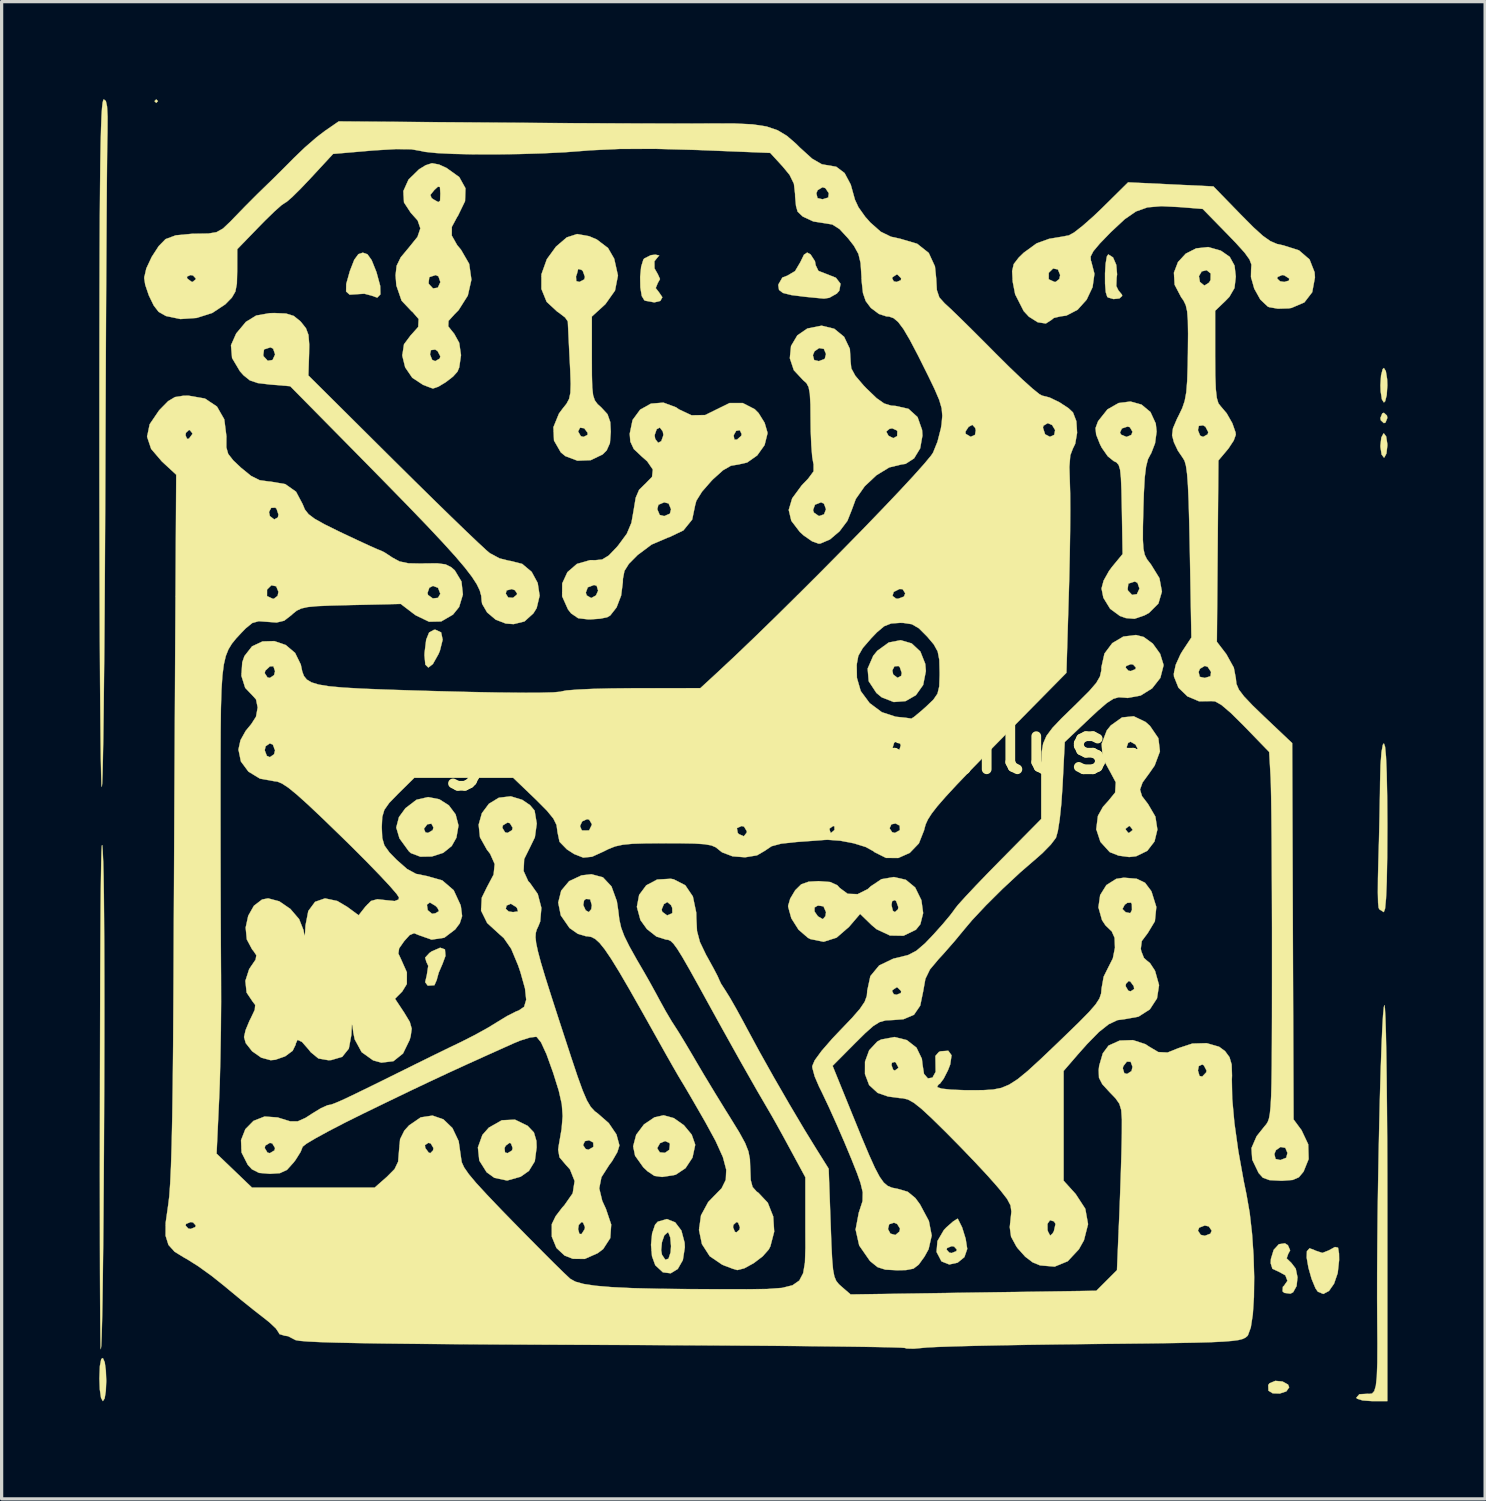
<source format=kicad_pcb>
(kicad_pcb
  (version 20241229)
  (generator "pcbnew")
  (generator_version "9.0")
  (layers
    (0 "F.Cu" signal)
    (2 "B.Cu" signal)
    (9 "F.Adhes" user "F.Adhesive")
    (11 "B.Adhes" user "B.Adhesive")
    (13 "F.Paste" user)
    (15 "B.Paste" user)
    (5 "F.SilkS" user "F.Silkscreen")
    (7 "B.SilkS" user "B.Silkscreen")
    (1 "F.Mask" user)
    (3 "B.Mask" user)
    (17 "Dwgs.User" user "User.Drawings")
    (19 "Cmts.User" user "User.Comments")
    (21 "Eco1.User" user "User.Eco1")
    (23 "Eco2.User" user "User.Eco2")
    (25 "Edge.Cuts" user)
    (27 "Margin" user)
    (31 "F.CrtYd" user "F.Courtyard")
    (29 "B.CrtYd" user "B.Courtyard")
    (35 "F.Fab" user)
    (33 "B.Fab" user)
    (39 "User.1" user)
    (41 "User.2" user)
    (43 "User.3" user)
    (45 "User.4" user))
  (footprint "magnetbandanschluss"
    (layer "F.Cu")
    (at 19.69 19.902)
    (property "Reference" "magnetbandanschluss" (at 0 0 0) (layer "F.SilkS") (effects (font (size 1.524 1.524) (thickness 0.3))))
    (attr through_hole)
    (fp_poly (pts (xy -17.886 -19.844) (xy -17.939 -19.791) (xy -17.992 -19.844) (xy -17.939 -19.897) (xy -17.886 -19.844)) (stroke (width 0.01) (type solid)) (fill yes) (layer "F.SilkS"))
    (fp_poly (pts (xy 19.885 -10.18) (xy 19.897 -10.107) (xy 19.84 -9.966) (xy 19.791 -9.948) (xy 19.697 -10.034) (xy 19.685 -10.107) (xy 19.742 -10.248) (xy 19.791 -10.266) (xy 19.885 -10.18)) (stroke (width 0.01) (type solid)) (fill yes) (layer "F.SilkS"))
    (fp_poly (pts (xy 16.676 19.506) (xy 16.845 19.599) (xy 16.88 19.685) (xy 16.793 19.809) (xy 16.592 19.875) (xy 16.375 19.869) (xy 16.243 19.788) (xy 16.237 19.615) (xy 16.274 19.561) (xy 16.454 19.486) (xy 16.676 19.506)) (stroke (width 0.01) (type solid)) (fill yes) (layer "F.SilkS"))
    (fp_poly (pts (xy -19.521 18.915) (xy -19.487 19.172) (xy -19.475 19.488) (xy -19.488 19.795) (xy -19.524 20.025) (xy -19.579 20.108) (xy -19.634 20.011) (xy -19.672 19.753) (xy -19.685 19.414) (xy -19.67 19.028) (xy -19.629 18.816) (xy -19.579 18.785) (xy -19.521 18.915)) (stroke (width 0.01) (type solid)) (fill yes) (layer "F.SilkS"))
    (fp_poly (pts (xy 19.851 -11.546) (xy 19.89 -11.303) (xy 19.897 -11.113) (xy 19.878 -10.811) (xy 19.829 -10.619) (xy 19.791 -10.583) (xy 19.73 -10.679) (xy 19.692 -10.922) (xy 19.685 -11.113) (xy 19.704 -11.414) (xy 19.753 -11.606) (xy 19.791 -11.642) (xy 19.851 -11.546)) (stroke (width 0.01) (type solid)) (fill yes) (layer "F.SilkS"))
    (fp_poly (pts (xy 19.861 -9.538) (xy 19.896 -9.309) (xy 19.897 -9.26) (xy 19.87 -9.016) (xy 19.805 -8.893) (xy 19.791 -8.89) (xy 19.721 -8.983) (xy 19.686 -9.212) (xy 19.685 -9.26) (xy 19.712 -9.505) (xy 19.777 -9.628) (xy 19.791 -9.631) (xy 19.861 -9.538)) (stroke (width 0.01) (type solid)) (fill yes) (layer "F.SilkS"))
    (fp_poly (pts (xy -9.183 -3.517) (xy -9.136 -3.292) (xy -9.221 -2.952) (xy -9.263 -2.852) (xy -9.436 -2.544) (xy -9.576 -2.436) (xy -9.668 -2.526) (xy -9.695 -2.813) (xy -9.691 -2.897) (xy -9.642 -3.293) (xy -9.552 -3.514) (xy -9.403 -3.596) (xy -9.357 -3.598) (xy -9.183 -3.517)) (stroke (width 0.01) (type solid)) (fill yes) (layer "F.SilkS"))
    (fp_poly (pts (xy -9.065 6.227) (xy -9.05 6.427) (xy -9.142 6.675) (xy -9.257 6.941) (xy -9.312 7.138) (xy -9.313 7.154) (xy -9.389 7.327) (xy -9.584 7.339) (xy -9.599 7.334) (xy -9.673 7.232) (xy -9.623 7.018) (xy -9.579 6.731) (xy -9.636 6.609) (xy -9.674 6.479) (xy -9.542 6.336) (xy -9.474 6.288) (xy -9.212 6.174) (xy -9.065 6.227)) (stroke (width 0.01) (type solid)) (fill yes) (layer "F.SilkS"))
    (fp_poly (pts (xy -11.446 -15.136) (xy -11.318 -14.957) (xy -11.179 -14.611) (xy -11.168 -14.581) (xy -11.056 -14.168) (xy -11.049 -13.905) (xy -11.146 -13.805) (xy -11.325 -13.868) (xy -11.543 -13.925) (xy -11.764 -13.911) (xy -11.994 -13.896) (xy -12.103 -13.993) (xy -12.099 -14.226) (xy -11.988 -14.621) (xy -11.987 -14.624) (xy -11.853 -14.968) (xy -11.725 -15.142) (xy -11.589 -15.187) (xy -11.446 -15.136)) (stroke (width 0.01) (type solid)) (fill yes) (layer "F.SilkS"))
    (fp_poly (pts (xy 11.467 -15.041) (xy 11.566 -14.812) (xy 11.591 -14.52) (xy 11.577 -14.415) (xy 11.567 -14.161) (xy 11.631 -14.03) (xy 11.741 -13.895) (xy 11.748 -13.858) (xy 11.663 -13.78) (xy 11.482 -13.761) (xy 11.313 -13.81) (xy 11.289 -13.829) (xy 11.244 -13.97) (xy 11.222 -14.234) (xy 11.221 -14.551) (xy 11.24 -14.852) (xy 11.277 -15.069) (xy 11.32 -15.134) (xy 11.467 -15.041)) (stroke (width 0.01) (type solid)) (fill yes) (layer "F.SilkS"))
    (fp_poly (pts (xy 18.382 15.393) (xy 18.412 15.574) (xy 18.415 15.774) (xy 18.372 16.172) (xy 18.26 16.498) (xy 18.104 16.722) (xy 17.93 16.815) (xy 17.762 16.746) (xy 17.689 16.642) (xy 17.569 16.351) (xy 17.472 16.009) (xy 17.418 15.698) (xy 17.425 15.502) (xy 17.507 15.411) (xy 17.668 15.472) (xy 17.684 15.482) (xy 17.9 15.554) (xy 18.096 15.477) (xy 18.288 15.372) (xy 18.382 15.393)) (stroke (width 0.01) (type solid)) (fill yes) (layer "F.SilkS"))
    (fp_poly (pts (xy -2.479 -15.1) (xy -2.514 -15.064) (xy -2.628 -14.922) (xy -2.625 -14.703) (xy -2.523 -14.525) (xy -2.456 -14.376) (xy -2.525 -14.253) (xy -2.588 -14.098) (xy -2.49 -13.972) (xy -2.384 -13.817) (xy -2.446 -13.704) (xy -2.63 -13.659) (xy -2.895 -13.707) (xy -2.937 -13.723) (xy -3.016 -13.854) (xy -3.06 -14.119) (xy -3.066 -14.443) (xy -3.036 -14.752) (xy -2.969 -14.971) (xy -2.942 -15.007) (xy -2.736 -15.11) (xy -2.598 -15.126) (xy -2.479 -15.1)) (stroke (width 0.01) (type solid)) (fill yes) (layer "F.SilkS"))
    (fp_poly (pts (xy 16.841 15.317) (xy 16.91 15.475) (xy 16.85 15.584) (xy 16.803 15.722) (xy 16.941 15.855) (xy 16.945 15.858) (xy 17.082 16.038) (xy 17.136 16.303) (xy 17.108 16.571) (xy 17.002 16.763) (xy 16.917 16.806) (xy 16.731 16.782) (xy 16.677 16.735) (xy 16.687 16.594) (xy 16.72 16.564) (xy 16.827 16.411) (xy 16.763 16.243) (xy 16.557 16.129) (xy 16.366 16.043) (xy 16.312 15.871) (xy 16.319 15.74) (xy 16.404 15.46) (xy 16.564 15.286) (xy 16.749 15.259) (xy 16.841 15.317)) (stroke (width 0.01) (type solid)) (fill yes) (layer "F.SilkS"))
    (fp_poly (pts (xy 2.17 -15.134) (xy 2.306 -14.924) (xy 2.328 -14.801) (xy 2.412 -14.627) (xy 2.65 -14.535) (xy 2.95 -14.416) (xy 3.092 -14.231) (xy 3.055 -14.02) (xy 2.978 -13.93) (xy 2.747 -13.8) (xy 2.585 -13.775) (xy 2.339 -13.798) (xy 2.024 -13.829) (xy 2.011 -13.83) (xy 1.58 -13.884) (xy 1.323 -13.949) (xy 1.202 -14.042) (xy 1.18 -14.18) (xy 1.184 -14.212) (xy 1.305 -14.423) (xy 1.457 -14.48) (xy 1.694 -14.62) (xy 1.854 -14.89) (xy 1.969 -15.125) (xy 2.067 -15.19) (xy 2.17 -15.134)) (stroke (width 0.01) (type solid)) (fill yes) (layer "F.SilkS"))
    (fp_poly (pts (xy 19.827 -0.002) (xy 19.856 0.305) (xy 19.877 0.804) (xy 19.891 1.487) (xy 19.897 2.345) (xy 19.897 2.487) (xy 19.892 3.413) (xy 19.879 4.138) (xy 19.857 4.659) (xy 19.827 4.974) (xy 19.788 5.08) (xy 19.788 5.08) (xy 19.655 4.997) (xy 19.629 4.948) (xy 19.613 4.795) (xy 19.606 4.477) (xy 19.609 4.042) (xy 19.621 3.545) (xy 19.64 2.884) (xy 19.657 2.143) (xy 19.67 1.436) (xy 19.674 1.085) (xy 19.688 0.558) (xy 19.717 0.167) (xy 19.758 -0.06) (xy 19.791 -0.106) (xy 19.827 -0.002)) (stroke (width 0.01) (type solid)) (fill yes) (layer "F.SilkS"))
    (fp_poly (pts (xy -9.239 1.612) (xy -8.946 1.798) (xy -8.738 2.076) (xy -8.649 2.418) (xy -8.714 2.794) (xy -8.858 3.049) (xy -9.118 3.258) (xy -9.466 3.37) (xy -9.824 3.376) (xy -10.115 3.265) (xy -10.178 3.206) (xy -10.463 2.814) (xy -10.55 2.52) (xy -9.712 2.52) (xy -9.666 2.628) (xy -9.587 2.646) (xy -9.441 2.561) (xy -9.419 2.478) (xy -9.481 2.362) (xy -9.608 2.381) (xy -9.712 2.52) (xy -10.55 2.52) (xy -10.562 2.479) (xy -10.479 2.16) (xy -10.279 1.886) (xy -9.94 1.627) (xy -9.582 1.545) (xy -9.239 1.612)) (stroke (width 0.01) (type solid)) (fill yes) (layer "F.SilkS"))
    (fp_poly (pts (xy 5.279 -3.178) (xy 5.545 -2.93) (xy 5.696 -2.549) (xy 5.715 -2.328) (xy 5.631 -1.901) (xy 5.408 -1.587) (xy 5.091 -1.405) (xy 4.726 -1.377) (xy 4.358 -1.521) (xy 4.195 -1.655) (xy 3.958 -2.016) (xy 3.93 -2.348) (xy 4.683 -2.348) (xy 4.71 -2.223) (xy 4.844 -2.121) (xy 4.956 -2.182) (xy 4.974 -2.269) (xy 4.914 -2.446) (xy 4.876 -2.483) (xy 4.75 -2.475) (xy 4.683 -2.348) (xy 3.93 -2.348) (xy 3.926 -2.405) (xy 4.098 -2.8) (xy 4.223 -2.952) (xy 4.575 -3.207) (xy 4.941 -3.277) (xy 5.279 -3.178)) (stroke (width 0.01) (type solid)) (fill yes) (layer "F.SilkS"))
    (fp_poly (pts (xy 6.698 14.507) (xy 6.829 14.77) (xy 6.937 15.118) (xy 6.985 15.424) (xy 6.985 15.433) (xy 6.899 15.683) (xy 6.691 15.853) (xy 6.434 15.909) (xy 6.202 15.817) (xy 6.19 15.806) (xy 6.043 15.524) (xy 6.049 15.452) (xy 6.35 15.452) (xy 6.436 15.546) (xy 6.509 15.557) (xy 6.65 15.5) (xy 6.668 15.452) (xy 6.582 15.358) (xy 6.509 15.346) (xy 6.368 15.403) (xy 6.35 15.452) (xy 6.049 15.452) (xy 6.071 15.188) (xy 6.268 14.85) (xy 6.349 14.765) (xy 6.551 14.588) (xy 6.68 14.505) (xy 6.698 14.507)) (stroke (width 0.01) (type solid)) (fill yes) (layer "F.SilkS"))
    (fp_poly (pts (xy -6.526 11.647) (xy -6.523 11.649) (xy -6.331 11.852) (xy -6.255 12.111) (xy -6.248 12.311) (xy -6.304 12.738) (xy -6.485 13.033) (xy -6.74 13.212) (xy -7.154 13.329) (xy -7.546 13.246) (xy -7.784 13.075) (xy -8.01 12.715) (xy -8.051 12.33) (xy -7.235 12.33) (xy -7.219 12.466) (xy -7.14 12.488) (xy -7.003 12.404) (xy -6.985 12.33) (xy -7.036 12.189) (xy -7.08 12.171) (xy -7.195 12.255) (xy -7.235 12.33) (xy -8.051 12.33) (xy -8.053 12.314) (xy -7.915 11.928) (xy -7.718 11.704) (xy -7.318 11.477) (xy -6.914 11.458) (xy -6.526 11.647)) (stroke (width 0.01) (type solid)) (fill yes) (layer "F.SilkS"))
    (fp_poly (pts (xy -1.99 14.614) (xy -1.799 14.866) (xy -1.7 15.241) (xy -1.693 15.382) (xy -1.754 15.774) (xy -1.91 16.047) (xy -2.127 16.18) (xy -2.368 16.15) (xy -2.597 15.937) (xy -2.604 15.926) (xy -2.702 15.656) (xy -2.718 15.47) (xy -2.421 15.47) (xy -2.396 15.61) (xy -2.293 15.764) (xy -2.195 15.731) (xy -2.13 15.536) (xy -2.117 15.346) (xy -2.14 15.081) (xy -2.197 14.933) (xy -2.22 14.922) (xy -2.323 15.013) (xy -2.397 15.226) (xy -2.421 15.47) (xy -2.718 15.47) (xy -2.732 15.306) (xy -2.699 14.957) (xy -2.607 14.686) (xy -2.525 14.594) (xy -2.243 14.513) (xy -1.99 14.614)) (stroke (width 0.01) (type solid)) (fill yes) (layer "F.SilkS"))
    (fp_poly (pts (xy -2.031 11.411) (xy -1.722 11.629) (xy -1.482 11.919) (xy -1.377 12.218) (xy -1.376 12.242) (xy -1.458 12.625) (xy -1.672 12.949) (xy -1.968 13.147) (xy -2.041 13.166) (xy -2.391 13.219) (xy -2.628 13.186) (xy -2.841 13.044) (xy -2.971 12.92) (xy -3.222 12.567) (xy -3.268 12.341) (xy -2.54 12.341) (xy -2.463 12.463) (xy -2.303 12.478) (xy -2.17 12.383) (xy -2.152 12.208) (xy -2.167 12.175) (xy -2.298 12.116) (xy -2.456 12.181) (xy -2.539 12.328) (xy -2.54 12.341) (xy -3.268 12.341) (xy -3.281 12.277) (xy -3.188 11.922) (xy -2.949 11.605) (xy -2.625 11.386) (xy -2.345 11.324) (xy -2.031 11.411)) (stroke (width 0.01) (type solid)) (fill yes) (layer "F.SilkS"))
    (fp_poly (pts (xy 19.823 8.04) (xy 19.838 8.336) (xy 19.853 8.806) (xy 19.865 9.432) (xy 19.876 10.194) (xy 19.885 11.075) (xy 19.892 12.055) (xy 19.896 13.116) (xy 19.897 14.023) (xy 19.897 20.108) (xy 19.42 20.108) (xy 19.136 20.087) (xy 18.966 20.034) (xy 18.944 20.003) (xy 19.037 19.897) (xy 19.3 19.883) (xy 19.333 19.887) (xy 19.426 19.876) (xy 19.495 19.801) (xy 19.544 19.636) (xy 19.574 19.356) (xy 19.589 18.936) (xy 19.592 18.352) (xy 19.587 17.687) (xy 19.583 16.972) (xy 19.584 16.164) (xy 19.59 15.289) (xy 19.599 14.369) (xy 19.613 13.428) (xy 19.63 12.49) (xy 19.649 11.579) (xy 19.67 10.718) (xy 19.693 9.932) (xy 19.717 9.243) (xy 19.741 8.676) (xy 19.765 8.254) (xy 19.789 8.002) (xy 19.806 7.938) (xy 19.823 8.04)) (stroke (width 0.01) (type solid)) (fill yes) (layer "F.SilkS"))
    (fp_poly (pts (xy -19.584 3.188) (xy -19.569 3.525) (xy -19.568 3.545) (xy -19.557 3.968) (xy -19.548 4.547) (xy -19.542 5.263) (xy -19.537 6.094) (xy -19.534 7.022) (xy -19.533 8.024) (xy -19.534 9.08) (xy -19.537 10.17) (xy -19.541 11.274) (xy -19.546 12.37) (xy -19.553 13.438) (xy -19.561 14.458) (xy -19.57 15.408) (xy -19.58 16.269) (xy -19.591 17.02) (xy -19.603 17.641) (xy -19.616 18.11) (xy -19.629 18.407) (xy -19.642 18.512) (xy -19.649 18.416) (xy -19.654 18.123) (xy -19.659 17.651) (xy -19.663 17.013) (xy -19.667 16.226) (xy -19.669 15.305) (xy -19.67 14.266) (xy -19.671 13.125) (xy -19.67 11.897) (xy -19.668 10.597) (xy -19.667 9.94) (xy -19.663 8.377) (xy -19.659 7.022) (xy -19.653 5.871) (xy -19.647 4.919) (xy -19.639 4.164) (xy -19.63 3.601) (xy -19.621 3.225) (xy -19.61 3.034) (xy -19.597 3.023) (xy -19.584 3.188)) (stroke (width 0.01) (type solid)) (fill yes) (layer "F.SilkS"))
    (fp_poly (pts (xy -19.487 -19.847) (xy -19.45 -19.679) (xy -19.434 -19.365) (xy -19.437 -18.876) (xy -19.441 -18.706) (xy -19.446 -18.421) (xy -19.451 -17.941) (xy -19.457 -17.286) (xy -19.463 -16.472) (xy -19.469 -15.517) (xy -19.476 -14.44) (xy -19.482 -13.257) (xy -19.488 -11.987) (xy -19.494 -10.648) (xy -19.5 -9.256) (xy -19.504 -8.179) (xy -19.51 -6.791) (xy -19.517 -5.464) (xy -19.525 -4.213) (xy -19.534 -3.053) (xy -19.545 -2) (xy -19.555 -1.068) (xy -19.566 -0.274) (xy -19.578 0.369) (xy -19.589 0.844) (xy -19.601 1.137) (xy -19.611 1.232) (xy -19.622 1.138) (xy -19.631 0.848) (xy -19.641 0.374) (xy -19.649 -0.27) (xy -19.657 -1.07) (xy -19.665 -2.011) (xy -19.671 -3.079) (xy -19.676 -4.261) (xy -19.68 -5.543) (xy -19.683 -6.91) (xy -19.685 -8.348) (xy -19.685 -9.296) (xy -19.685 -11.079) (xy -19.683 -12.661) (xy -19.681 -14.053) (xy -19.677 -15.266) (xy -19.672 -16.31) (xy -19.665 -17.196) (xy -19.657 -17.935) (xy -19.646 -18.537) (xy -19.634 -19.014) (xy -19.62 -19.377) (xy -19.604 -19.635) (xy -19.585 -19.8) (xy -19.564 -19.882) (xy -19.548 -19.897) (xy -19.487 -19.847)) (stroke (width 0.01) (type solid)) (fill yes) (layer "F.SilkS"))
    (fp_poly (pts (xy 12.465 -0.765) (xy 12.602 -0.643) (xy 12.86 -0.266) (xy 12.908 0.141) (xy 12.746 0.575) (xy 12.594 0.794) (xy 12.374 1.096) (xy 12.296 1.314) (xy 12.357 1.516) (xy 12.541 1.756) (xy 12.768 2.144) (xy 12.83 2.543) (xy 12.741 2.909) (xy 12.519 3.197) (xy 12.178 3.363) (xy 11.964 3.387) (xy 11.64 3.344) (xy 11.374 3.24) (xy 11.362 3.232) (xy 11.079 2.921) (xy 10.954 2.54) (xy 11.853 2.54) (xy 11.934 2.643) (xy 11.959 2.646) (xy 12.062 2.565) (xy 12.065 2.54) (xy 11.984 2.437) (xy 11.959 2.434) (xy 11.856 2.515) (xy 11.853 2.54) (xy 10.954 2.54) (xy 10.951 2.531) (xy 11.001 2.132) (xy 11.008 2.112) (xy 11.157 1.845) (xy 11.321 1.663) (xy 11.532 1.404) (xy 11.551 1.09) (xy 11.373 0.756) (xy 11.368 0.749) (xy 11.148 0.343) (xy 11.126 0.034) (xy 11.877 0.034) (xy 11.97 0.144) (xy 12.124 0.142) (xy 12.224 0.058) (xy 12.157 -0.07) (xy 12.005 -0.157) (xy 11.931 -0.12) (xy 11.877 0.034) (xy 11.126 0.034) (xy 11.117 -0.093) (xy 11.275 -0.504) (xy 11.397 -0.656) (xy 11.743 -0.903) (xy 12.102 -0.939) (xy 12.465 -0.765)) (stroke (width 0.01) (type solid)) (fill yes) (layer "F.SilkS"))
    (fp_poly (pts (xy 5.1 4.087) (xy 5.385 4.322) (xy 5.386 4.323) (xy 5.577 4.713) (xy 5.631 5.11) (xy 5.545 5.453) (xy 5.408 5.622) (xy 5.028 5.806) (xy 4.611 5.799) (xy 4.2 5.606) (xy 4.048 5.478) (xy 3.694 5.135) (xy 3.355 5.531) (xy 2.972 5.864) (xy 2.573 5.991) (xy 2.167 5.909) (xy 2.092 5.871) (xy 1.802 5.621) (xy 1.58 5.27) (xy 1.522 5.06) (xy 2.292 5.06) (xy 2.397 5.209) (xy 2.538 5.291) (xy 2.553 5.292) (xy 2.628 5.203) (xy 2.646 5.08) (xy 2.569 4.905) (xy 2.401 4.873) (xy 2.294 4.938) (xy 2.292 5.06) (xy 1.522 5.06) (xy 1.482 4.914) (xy 1.482 4.888) (xy 1.489 4.862) (xy 4.657 4.862) (xy 4.7 5.037) (xy 4.763 5.08) (xy 4.857 4.995) (xy 4.868 4.927) (xy 4.804 4.747) (xy 4.763 4.71) (xy 4.679 4.742) (xy 4.657 4.862) (xy 1.489 4.862) (xy 1.545 4.666) (xy 1.697 4.411) (xy 1.701 4.406) (xy 1.884 4.226) (xy 2.112 4.145) (xy 2.418 4.128) (xy 2.775 4.155) (xy 2.991 4.253) (xy 3.069 4.339) (xy 3.311 4.517) (xy 3.617 4.528) (xy 3.928 4.373) (xy 4.022 4.286) (xy 4.35 4.067) (xy 4.732 4.002) (xy 5.1 4.087)) (stroke (width 0.01) (type solid)) (fill yes) (layer "F.SilkS"))
    (fp_poly (pts (xy -4.633 -15.692) (xy -4.4 -15.593) (xy -4.054 -15.33) (xy -3.864 -15.001) (xy -3.749 -14.485) (xy -3.839 -14.022) (xy -4.134 -13.605) (xy -4.191 -13.552) (xy -4.551 -13.224) (xy -4.551 -11.952) (xy -4.549 -11.414) (xy -4.539 -11.046) (xy -4.512 -10.804) (xy -4.46 -10.648) (xy -4.375 -10.533) (xy -4.26 -10.429) (xy -4.07 -10.223) (xy -3.985 -9.981) (xy -3.969 -9.684) (xy -3.995 -9.334) (xy -4.095 -9.11) (xy -4.219 -8.986) (xy -4.585 -8.81) (xy -4.994 -8.794) (xy -5.367 -8.935) (xy -5.506 -9.051) (xy -5.714 -9.413) (xy -5.726 -9.693) (xy -4.974 -9.693) (xy -4.889 -9.547) (xy -4.807 -9.525) (xy -4.683 -9.587) (xy -4.681 -9.651) (xy -4.786 -9.79) (xy -4.913 -9.808) (xy -4.974 -9.693) (xy -5.726 -9.693) (xy -5.732 -9.823) (xy -5.562 -10.241) (xy -5.454 -10.387) (xy -5.329 -10.544) (xy -5.25 -10.692) (xy -5.21 -10.879) (xy -5.201 -11.153) (xy -5.215 -11.565) (xy -5.229 -11.843) (xy -5.253 -12.316) (xy -5.272 -12.712) (xy -5.285 -12.983) (xy -5.289 -13.074) (xy -5.374 -13.196) (xy -5.578 -13.352) (xy -5.615 -13.375) (xy -5.94 -13.676) (xy -6.101 -14.072) (xy -6.1 -14.455) (xy -5.038 -14.455) (xy -5.029 -14.313) (xy -4.933 -14.287) (xy -4.785 -14.364) (xy -4.763 -14.44) (xy -4.827 -14.62) (xy -4.868 -14.658) (xy -4.967 -14.686) (xy -4.974 -14.673) (xy -5.007 -14.542) (xy -5.038 -14.455) (xy -6.1 -14.455) (xy -6.1 -14.522) (xy -5.934 -14.986) (xy -5.653 -15.372) (xy -5.322 -15.656) (xy -5.003 -15.759) (xy -4.633 -15.692)) (stroke (width 0.01) (type solid)) (fill yes) (layer "F.SilkS"))
    (fp_poly (pts (xy 12.343 -10.517) (xy 12.617 -10.289) (xy 12.78 -9.935) (xy 12.806 -9.689) (xy 12.758 -9.329) (xy 12.64 -9.023) (xy 12.621 -8.993) (xy 12.54 -8.838) (xy 12.482 -8.612) (xy 12.441 -8.279) (xy 12.414 -7.799) (xy 12.399 -7.33) (xy 12.385 -6.76) (xy 12.384 -6.36) (xy 12.401 -6.089) (xy 12.44 -5.905) (xy 12.509 -5.766) (xy 12.611 -5.633) (xy 12.628 -5.613) (xy 12.893 -5.183) (xy 12.969 -4.77) (xy 12.861 -4.404) (xy 12.572 -4.115) (xy 12.429 -4.038) (xy 12.127 -3.935) (xy 11.86 -3.957) (xy 11.679 -4.021) (xy 11.378 -4.242) (xy 11.17 -4.581) (xy 11.119 -4.837) (xy 11.914 -4.837) (xy 11.925 -4.805) (xy 12.052 -4.669) (xy 12.2 -4.692) (xy 12.276 -4.857) (xy 12.277 -4.868) (xy 12.218 -5.04) (xy 12.136 -5.08) (xy 11.938 -5.016) (xy 11.914 -4.837) (xy 11.119 -4.837) (xy 11.113 -4.868) (xy 11.178 -5.11) (xy 11.345 -5.408) (xy 11.437 -5.531) (xy 11.761 -5.924) (xy 11.738 -7.31) (xy 11.726 -7.876) (xy 11.71 -8.266) (xy 11.684 -8.516) (xy 11.64 -8.662) (xy 11.573 -8.741) (xy 11.487 -8.782) (xy 11.305 -8.929) (xy 11.12 -9.193) (xy 11.064 -9.305) (xy 10.948 -9.597) (xy 10.942 -9.659) (xy 11.68 -9.659) (xy 11.715 -9.593) (xy 11.883 -9.524) (xy 12.03 -9.587) (xy 12.065 -9.684) (xy 11.983 -9.824) (xy 11.912 -9.842) (xy 11.739 -9.784) (xy 11.68 -9.659) (xy 10.942 -9.659) (xy 10.929 -9.795) (xy 11 -9.989) (xy 11.015 -10.017) (xy 11.295 -10.37) (xy 11.638 -10.566) (xy 12.002 -10.612) (xy 12.343 -10.517)) (stroke (width 0.01) (type solid)) (fill yes) (layer "F.SilkS"))
    (fp_poly (pts (xy -13.949 -13.316) (xy -13.713 -13.243) (xy -13.518 -13.086) (xy -13.484 -13.05) (xy -13.336 -12.862) (xy -13.26 -12.658) (xy -13.237 -12.366) (xy -13.241 -12.089) (xy -13.263 -11.413) (xy -10.636 -8.802) (xy -10.008 -8.181) (xy -9.416 -7.599) (xy -8.879 -7.075) (xy -8.417 -6.629) (xy -8.049 -6.279) (xy -7.795 -6.044) (xy -7.688 -5.953) (xy -7.389 -5.792) (xy -7.088 -5.716) (xy -7.062 -5.715) (xy -6.692 -5.622) (xy -6.401 -5.378) (xy -6.215 -5.035) (xy -6.156 -4.646) (xy -6.247 -4.264) (xy -6.347 -4.102) (xy -6.622 -3.853) (xy -6.956 -3.771) (xy -7.197 -3.789) (xy -7.506 -3.908) (xy -7.77 -4.131) (xy -7.923 -4.394) (xy -7.938 -4.492) (xy -7.95 -4.643) (xy -7.969 -4.71) (xy -7.197 -4.71) (xy -7.123 -4.591) (xy -6.974 -4.579) (xy -6.857 -4.675) (xy -6.847 -4.708) (xy -6.915 -4.813) (xy -7.011 -4.848) (xy -7.169 -4.807) (xy -7.197 -4.71) (xy -7.969 -4.71) (xy -7.996 -4.807) (xy -8.087 -4.996) (xy -8.234 -5.223) (xy -8.449 -5.504) (xy -8.743 -5.85) (xy -9.128 -6.275) (xy -9.615 -6.794) (xy -10.216 -7.418) (xy -10.943 -8.162) (xy -11.806 -9.04) (xy -11.965 -9.201) (xy -13.822 -11.083) (xy -14.446 -11.135) (xy -14.82 -11.18) (xy -15.064 -11.263) (xy -15.258 -11.42) (xy -15.366 -11.542) (xy -15.608 -11.949) (xy -15.615 -12.034) (xy -14.65 -12.034) (xy -14.639 -12.002) (xy -14.512 -11.865) (xy -14.364 -11.888) (xy -14.288 -12.053) (xy -14.287 -12.065) (xy -14.346 -12.237) (xy -14.429 -12.277) (xy -14.626 -12.213) (xy -14.65 -12.034) (xy -15.615 -12.034) (xy -15.641 -12.342) (xy -15.481 -12.703) (xy -15.183 -13.06) (xy -14.866 -13.255) (xy -14.456 -13.327) (xy -14.309 -13.331) (xy -13.949 -13.316)) (stroke (width 0.01) (type solid)) (fill yes) (layer "F.SilkS"))
    (fp_poly (pts (xy 2.9 -12.848) (xy 3.202 -12.601) (xy 3.379 -12.229) (xy 3.402 -11.834) (xy 3.423 -11.631) (xy 3.546 -11.404) (xy 3.801 -11.105) (xy 3.892 -11.011) (xy 4.2 -10.715) (xy 4.434 -10.551) (xy 4.652 -10.485) (xy 4.78 -10.477) (xy 5.179 -10.388) (xy 5.459 -10.134) (xy 5.598 -9.74) (xy 5.609 -9.565) (xy 5.539 -9.172) (xy 5.353 -8.866) (xy 5.09 -8.696) (xy 4.965 -8.678) (xy 4.59 -8.587) (xy 4.196 -8.347) (xy 3.835 -8.008) (xy 3.561 -7.617) (xy 3.436 -7.277) (xy 3.303 -6.944) (xy 3.061 -6.623) (xy 2.765 -6.372) (xy 2.474 -6.248) (xy 2.42 -6.244) (xy 2.218 -6.316) (xy 1.958 -6.497) (xy 1.841 -6.604) (xy 1.58 -6.945) (xy 1.501 -7.276) (xy 2.247 -7.276) (xy 2.275 -7.197) (xy 2.429 -7.092) (xy 2.585 -7.145) (xy 2.646 -7.303) (xy 2.582 -7.474) (xy 2.493 -7.514) (xy 2.307 -7.441) (xy 2.247 -7.276) (xy 1.501 -7.276) (xy 1.5 -7.281) (xy 1.606 -7.637) (xy 1.902 -8.039) (xy 2.096 -8.24) (xy 2.264 -8.467) (xy 2.264 -8.689) (xy 2.257 -8.71) (xy 2.222 -8.912) (xy 2.194 -9.268) (xy 2.177 -9.689) (xy 4.497 -9.689) (xy 4.565 -9.561) (xy 4.712 -9.487) (xy 4.832 -9.549) (xy 4.838 -9.697) (xy 4.824 -9.723) (xy 4.681 -9.788) (xy 4.598 -9.773) (xy 4.497 -9.689) (xy 2.177 -9.689) (xy 2.176 -9.72) (xy 2.172 -10.026) (xy 2.167 -10.522) (xy 2.149 -10.85) (xy 2.111 -11.055) (xy 2.043 -11.18) (xy 1.946 -11.265) (xy 1.657 -11.574) (xy 1.534 -11.943) (xy 1.543 -12.037) (xy 2.242 -12.037) (xy 2.281 -11.887) (xy 2.426 -11.853) (xy 2.607 -11.923) (xy 2.646 -12.073) (xy 2.579 -12.23) (xy 2.434 -12.255) (xy 2.293 -12.157) (xy 2.242 -12.037) (xy 1.543 -12.037) (xy 1.571 -12.318) (xy 1.764 -12.645) (xy 2.072 -12.856) (xy 2.511 -12.943) (xy 2.9 -12.848)) (stroke (width 0.01) (type solid)) (fill yes) (layer "F.SilkS"))
    (fp_poly (pts (xy 13.241 -17.285) (xy 14.552 -17.223) (xy 15.399 -16.352) (xy 15.786 -15.963) (xy 16.073 -15.703) (xy 16.3 -15.543) (xy 16.506 -15.454) (xy 16.702 -15.411) (xy 17.182 -15.258) (xy 17.507 -14.977) (xy 17.661 -14.585) (xy 17.672 -14.425) (xy 17.588 -13.971) (xy 17.347 -13.658) (xy 16.952 -13.489) (xy 16.863 -13.475) (xy 16.534 -13.465) (xy 16.263 -13.513) (xy 16.222 -13.531) (xy 15.993 -13.747) (xy 15.807 -14.081) (xy 15.719 -14.393) (xy 16.51 -14.393) (xy 16.599 -14.308) (xy 16.728 -14.287) (xy 16.874 -14.328) (xy 16.88 -14.393) (xy 16.727 -14.491) (xy 16.663 -14.499) (xy 16.526 -14.44) (xy 16.51 -14.393) (xy 15.719 -14.393) (xy 15.706 -14.439) (xy 15.711 -14.676) (xy 15.721 -14.818) (xy 15.662 -14.977) (xy 15.51 -15.188) (xy 15.242 -15.485) (xy 15 -15.736) (xy 14.223 -16.531) (xy 13.524 -16.587) (xy 12.954 -16.616) (xy 12.525 -16.579) (xy 12.17 -16.453) (xy 11.822 -16.212) (xy 11.416 -15.833) (xy 11.39 -15.808) (xy 11.058 -15.465) (xy 10.861 -15.23) (xy 10.778 -15.068) (xy 10.785 -14.945) (xy 10.797 -14.918) (xy 10.895 -14.538) (xy 10.838 -14.128) (xy 10.655 -13.741) (xy 10.376 -13.431) (xy 10.032 -13.253) (xy 9.852 -13.229) (xy 9.648 -13.181) (xy 9.578 -13.123) (xy 9.402 -13.01) (xy 9.152 -13.048) (xy 8.88 -13.22) (xy 8.721 -13.392) (xy 8.459 -13.907) (xy 8.384 -14.293) (xy 8.38 -14.369) (xy 9.49 -14.369) (xy 9.665 -14.289) (xy 9.701 -14.287) (xy 9.816 -14.376) (xy 9.842 -14.499) (xy 9.773 -14.671) (xy 9.625 -14.701) (xy 9.495 -14.573) (xy 9.491 -14.562) (xy 9.49 -14.369) (xy 8.38 -14.369) (xy 8.366 -14.62) (xy 8.415 -14.836) (xy 8.568 -15.035) (xy 8.721 -15.184) (xy 9.117 -15.472) (xy 9.502 -15.612) (xy 9.824 -15.666) (xy 10.088 -15.714) (xy 10.109 -15.718) (xy 10.27 -15.807) (xy 10.536 -16.015) (xy 10.868 -16.308) (xy 11.126 -16.554) (xy 11.93 -17.348) (xy 13.241 -17.285)) (stroke (width 0.01) (type solid)) (fill yes) (layer "F.SilkS"))
    (fp_poly (pts (xy -9.246 -17.895) (xy -9.018 -17.791) (xy -8.625 -17.509) (xy -8.435 -17.167) (xy -8.448 -16.77) (xy -8.666 -16.32) (xy -8.692 -16.282) (xy -8.854 -15.98) (xy -8.856 -15.713) (xy -8.691 -15.42) (xy -8.572 -15.277) (xy -8.321 -14.843) (xy -8.252 -14.358) (xy -8.363 -13.868) (xy -8.647 -13.419) (xy -8.773 -13.292) (xy -8.956 -13.09) (xy -8.964 -12.922) (xy -8.797 -12.713) (xy -8.784 -12.7) (xy -8.627 -12.416) (xy -8.572 -12.037) (xy -8.627 -11.659) (xy -8.681 -11.53) (xy -8.817 -11.379) (xy -9.039 -11.207) (xy -9.271 -11.067) (xy -9.432 -11.012) (xy -9.44 -11.013) (xy -9.551 -11.053) (xy -9.737 -11.124) (xy -10.07 -11.343) (xy -10.288 -11.662) (xy -10.377 -12.023) (xy -10.371 -12.062) (xy -9.525 -12.062) (xy -9.458 -11.892) (xy -9.366 -11.853) (xy -9.226 -11.932) (xy -9.207 -12.001) (xy -9.293 -12.164) (xy -9.366 -12.209) (xy -9.497 -12.192) (xy -9.525 -12.062) (xy -10.371 -12.062) (xy -10.324 -12.371) (xy -10.116 -12.65) (xy -10.107 -12.657) (xy -9.887 -12.905) (xy -9.874 -13.148) (xy -10.069 -13.372) (xy -10.091 -13.387) (xy -10.398 -13.711) (xy -10.559 -14.179) (xy -10.565 -14.257) (xy -9.57 -14.257) (xy -9.559 -14.224) (xy -9.432 -14.088) (xy -9.284 -14.111) (xy -9.208 -14.276) (xy -9.207 -14.287) (xy -9.266 -14.459) (xy -9.349 -14.499) (xy -9.546 -14.435) (xy -9.57 -14.257) (xy -10.565 -14.257) (xy -10.583 -14.495) (xy -10.55 -14.785) (xy -10.424 -15.044) (xy -10.172 -15.346) (xy -9.909 -15.673) (xy -9.821 -15.933) (xy -9.904 -16.176) (xy -10.117 -16.414) (xy -10.324 -16.73) (xy -10.337 -16.961) (xy -9.514 -16.961) (xy -9.476 -16.865) (xy -9.419 -16.825) (xy -9.27 -16.741) (xy -9.215 -16.783) (xy -9.207 -16.994) (xy -9.207 -17.009) (xy -9.219 -17.205) (xy -9.282 -17.214) (xy -9.393 -17.111) (xy -9.514 -16.961) (xy -10.337 -16.961) (xy -10.343 -17.081) (xy -10.185 -17.433) (xy -9.861 -17.749) (xy -9.659 -17.873) (xy -9.464 -17.936) (xy -9.246 -17.895)) (stroke (width 0.01) (type solid)) (fill yes) (layer "F.SilkS"))
    (fp_poly (pts (xy -4.21 4.011) (xy -3.947 4.291) (xy -3.782 4.746) (xy -3.738 5.041) (xy -3.705 5.316) (xy -3.65 5.559) (xy -3.555 5.814) (xy -3.4 6.128) (xy -3.167 6.545) (xy -2.941 6.932) (xy -2.781 7.213) (xy -2.581 7.576) (xy -2.475 7.774) (xy -2.282 8.124) (xy -2.096 8.439) (xy -2.013 8.567) (xy -1.874 8.784) (xy -1.669 9.122) (xy -1.435 9.517) (xy -1.369 9.631) (xy -1.103 10.082) (xy -0.776 10.623) (xy -0.443 11.165) (xy -0.296 11.4) (xy -0.02 11.849) (xy 0.159 12.176) (xy 0.261 12.434) (xy 0.307 12.675) (xy 0.317 12.953) (xy 0.318 12.958) (xy 0.332 13.314) (xy 0.389 13.528) (xy 0.512 13.667) (xy 0.566 13.704) (xy 0.856 14.012) (xy 1.023 14.433) (xy 1.053 14.901) (xy 0.936 15.351) (xy 0.884 15.45) (xy 0.697 15.661) (xy 0.42 15.871) (xy 0.132 16.028) (xy -0.083 16.081) (xy -0.221 16.04) (xy -0.471 15.946) (xy -0.547 15.914) (xy -0.928 15.655) (xy -1.167 15.283) (xy -1.258 14.848) (xy -1.247 14.764) (xy -0.212 14.764) (xy -0.155 14.905) (xy -0.106 14.922) (xy -0.012 14.837) (xy 0 14.764) (xy -0.057 14.623) (xy -0.106 14.605) (xy -0.2 14.691) (xy -0.212 14.764) (xy -1.247 14.764) (xy -1.196 14.4) (xy -0.974 13.989) (xy -0.801 13.811) (xy -0.562 13.567) (xy -0.434 13.306) (xy -0.42 12.997) (xy -0.523 12.609) (xy -0.748 12.112) (xy -1.062 11.536) (xy -1.319 11.089) (xy -1.544 10.7) (xy -1.714 10.411) (xy -1.802 10.266) (xy -1.893 10.114) (xy -2.062 9.821) (xy -2.285 9.428) (xy -2.527 8.996) (xy -3.006 8.142) (xy -3.395 7.456) (xy -3.708 6.919) (xy -3.958 6.514) (xy -4.156 6.222) (xy -4.315 6.025) (xy -4.449 5.904) (xy -4.569 5.843) (xy -4.688 5.822) (xy -4.731 5.821) (xy -4.98 5.748) (xy -5.232 5.572) (xy -5.239 5.565) (xy -5.505 5.181) (xy -5.569 4.863) (xy -4.815 4.863) (xy -4.741 5.024) (xy -4.645 5.08) (xy -4.569 4.991) (xy -4.551 4.868) (xy -4.604 4.685) (xy -4.733 4.675) (xy -4.79 4.72) (xy -4.815 4.863) (xy -5.569 4.863) (xy -5.584 4.786) (xy -5.493 4.421) (xy -5.249 4.129) (xy -4.869 3.951) (xy -4.564 3.916) (xy -4.21 4.011)) (stroke (width 0.01) (type solid)) (fill yes) (layer "F.SilkS"))
    (fp_poly (pts (xy -1.962 -10.433) (xy -1.876 -10.372) (xy -1.487 -10.189) (xy -1.069 -10.196) (xy -0.712 -10.372) (xy -0.319 -10.565) (xy 0.087 -10.565) (xy 0.454 -10.377) (xy 0.573 -10.258) (xy 0.759 -9.958) (xy 0.846 -9.661) (xy 0.847 -9.631) (xy 0.758 -9.274) (xy 0.531 -8.955) (xy 0.222 -8.738) (xy -0.04 -8.678) (xy -0.276 -8.639) (xy -0.519 -8.5) (xy -0.823 -8.227) (xy -0.877 -8.172) (xy -1.165 -7.842) (xy -1.339 -7.563) (xy -1.376 -7.426) (xy -1.468 -6.983) (xy -1.737 -6.651) (xy -2.168 -6.445) (xy -2.194 -6.439) (xy -2.713 -6.217) (xy -3.144 -5.895) (xy -3.412 -5.625) (xy -3.549 -5.406) (xy -3.596 -5.164) (xy -3.598 -5.061) (xy -3.651 -4.649) (xy -3.791 -4.285) (xy -3.986 -4.036) (xy -4.079 -3.982) (xy -4.295 -3.938) (xy -4.604 -3.916) (xy -4.658 -3.916) (xy -4.972 -3.953) (xy -5.187 -4.1) (xy -5.284 -4.223) (xy -5.464 -4.626) (xy -5.463 -4.736) (xy -4.737 -4.736) (xy -4.706 -4.651) (xy -4.57 -4.573) (xy -4.425 -4.652) (xy -4.358 -4.798) (xy -4.402 -4.948) (xy -4.484 -4.974) (xy -4.676 -4.902) (xy -4.737 -4.736) (xy -5.463 -4.736) (xy -5.461 -5.023) (xy -5.301 -5.369) (xy -5.008 -5.622) (xy -4.606 -5.737) (xy -4.444 -5.736) (xy -4.234 -5.757) (xy -4.033 -5.879) (xy -3.783 -6.139) (xy -3.737 -6.194) (xy -3.476 -6.549) (xy -3.334 -6.886) (xy -3.266 -7.272) (xy -3.261 -7.303) (xy -2.54 -7.303) (xy -2.465 -7.126) (xy -2.328 -7.091) (xy -2.151 -7.166) (xy -2.117 -7.303) (xy -2.192 -7.479) (xy -2.328 -7.514) (xy -2.505 -7.439) (xy -2.54 -7.303) (xy -3.261 -7.303) (xy -3.203 -7.655) (xy -3.099 -7.897) (xy -2.926 -8.069) (xy -2.922 -8.071) (xy -2.701 -8.296) (xy -2.676 -8.522) (xy -2.849 -8.774) (xy -3.016 -8.921) (xy -3.261 -9.152) (xy -3.368 -9.381) (xy -3.383 -9.575) (xy -2.623 -9.575) (xy -2.603 -9.461) (xy -2.513 -9.344) (xy -2.417 -9.394) (xy -2.354 -9.571) (xy -0.195 -9.571) (xy -0.169 -9.442) (xy -0.089 -9.442) (xy 0.041 -9.559) (xy 0.053 -9.613) (xy -0.004 -9.732) (xy -0.116 -9.71) (xy -0.195 -9.571) (xy -2.354 -9.571) (xy -2.351 -9.581) (xy -2.371 -9.694) (xy -2.461 -9.812) (xy -2.558 -9.761) (xy -2.623 -9.575) (xy -3.383 -9.575) (xy -3.387 -9.62) (xy -3.299 -10.045) (xy -3.066 -10.362) (xy -2.735 -10.547) (xy -2.351 -10.578) (xy -1.962 -10.433)) (stroke (width 0.01) (type solid)) (fill yes) (layer "F.SilkS"))
    (fp_poly (pts (xy 14.779 -15.249) (xy 15.053 -15.059) (xy 15.201 -14.789) (xy 15.24 -14.45) (xy 15.199 -14.099) (xy 15.042 -13.829) (xy 14.922 -13.705) (xy 14.605 -13.401) (xy 14.605 -12.005) (xy 14.609 -11.412) (xy 14.625 -10.996) (xy 14.656 -10.722) (xy 14.705 -10.557) (xy 14.771 -10.472) (xy 14.961 -10.248) (xy 15.133 -9.945) (xy 15.232 -9.663) (xy 15.24 -9.591) (xy 15.176 -9.414) (xy 15.017 -9.172) (xy 14.973 -9.118) (xy 14.705 -8.8) (xy 14.682 -6.014) (xy 14.658 -3.228) (xy 14.949 -2.848) (xy 15.179 -2.433) (xy 15.24 -2.111) (xy 15.259 -1.934) (xy 15.334 -1.759) (xy 15.492 -1.55) (xy 15.758 -1.27) (xy 16.106 -0.934) (xy 16.972 -0.114) (xy 16.993 5.669) (xy 17.015 11.451) (xy 17.26 11.782) (xy 17.465 12.216) (xy 17.478 12.67) (xy 17.322 13.057) (xy 17.178 13.229) (xy 16.989 13.311) (xy 16.679 13.335) (xy 16.616 13.335) (xy 16.274 13.316) (xy 16.071 13.242) (xy 15.941 13.097) (xy 15.745 12.69) (xy 15.733 12.516) (xy 16.424 12.516) (xy 16.463 12.667) (xy 16.608 12.7) (xy 16.789 12.63) (xy 16.828 12.481) (xy 16.761 12.324) (xy 16.616 12.298) (xy 16.474 12.396) (xy 16.424 12.516) (xy 15.733 12.516) (xy 15.722 12.331) (xy 15.879 11.969) (xy 16.126 11.659) (xy 16.179 11.597) (xy 16.223 11.524) (xy 16.259 11.422) (xy 16.287 11.27) (xy 16.309 11.051) (xy 16.326 10.745) (xy 16.337 10.334) (xy 16.345 9.798) (xy 16.349 9.118) (xy 16.352 8.275) (xy 16.353 7.25) (xy 16.353 6.579) (xy 16.353 5.555) (xy 16.35 4.57) (xy 16.346 3.649) (xy 16.341 2.818) (xy 16.334 2.103) (xy 16.326 1.53) (xy 16.317 1.124) (xy 16.311 0.953) (xy 16.266 0.159) (xy 15.482 -0.65) (xy 15.087 -1.041) (xy 14.802 -1.284) (xy 14.603 -1.397) (xy 14.494 -1.405) (xy 14.111 -1.399) (xy 13.752 -1.551) (xy 13.477 -1.818) (xy 13.34 -2.16) (xy 13.335 -2.245) (xy 13.347 -2.302) (xy 14.096 -2.302) (xy 14.133 -2.152) (xy 14.287 -2.117) (xy 14.461 -2.17) (xy 14.479 -2.302) (xy 14.375 -2.459) (xy 14.287 -2.487) (xy 14.138 -2.399) (xy 14.096 -2.302) (xy 13.347 -2.302) (xy 13.393 -2.519) (xy 13.54 -2.845) (xy 13.605 -2.952) (xy 13.875 -3.36) (xy 13.827 -6.026) (xy 13.809 -6.875) (xy 13.791 -7.537) (xy 13.769 -8.035) (xy 13.742 -8.393) (xy 13.708 -8.637) (xy 13.665 -8.79) (xy 13.617 -8.871) (xy 13.46 -9.102) (xy 13.338 -9.36) (xy 13.282 -9.575) (xy 13.302 -9.733) (xy 14.076 -9.733) (xy 14.143 -9.564) (xy 14.235 -9.525) (xy 14.375 -9.604) (xy 14.393 -9.672) (xy 14.308 -9.836) (xy 14.235 -9.881) (xy 14.104 -9.864) (xy 14.076 -9.733) (xy 13.302 -9.733) (xy 13.309 -9.789) (xy 13.433 -10.08) (xy 13.484 -10.18) (xy 13.594 -10.409) (xy 13.669 -10.631) (xy 13.718 -10.894) (xy 13.746 -11.245) (xy 13.762 -11.731) (xy 13.768 -12.11) (xy 13.773 -12.692) (xy 13.767 -13.102) (xy 13.745 -13.383) (xy 13.702 -13.574) (xy 13.633 -13.717) (xy 13.561 -13.817) (xy 13.36 -14.201) (xy 13.345 -14.464) (xy 14.106 -14.464) (xy 14.138 -14.286) (xy 14.264 -14.184) (xy 14.287 -14.182) (xy 14.418 -14.267) (xy 14.464 -14.348) (xy 14.468 -14.548) (xy 14.344 -14.648) (xy 14.192 -14.611) (xy 14.106 -14.464) (xy 13.345 -14.464) (xy 13.338 -14.571) (xy 13.463 -14.898) (xy 13.702 -15.157) (xy 14.022 -15.319) (xy 14.392 -15.359) (xy 14.779 -15.249)) (stroke (width 0.01) (type solid)) (fill yes) (layer "F.SilkS"))
    (fp_poly (pts (xy 12.194 4.055) (xy 12.45 4.178) (xy 12.635 4.423) (xy 12.651 4.453) (xy 12.797 4.921) (xy 12.753 5.361) (xy 12.536 5.721) (xy 12.35 5.97) (xy 12.32 6.206) (xy 12.335 6.282) (xy 12.416 6.487) (xy 12.497 6.562) (xy 12.602 6.646) (xy 12.739 6.854) (xy 12.76 6.892) (xy 12.881 7.324) (xy 12.818 7.731) (xy 12.598 8.069) (xy 12.248 8.293) (xy 11.866 8.363) (xy 11.601 8.4) (xy 11.334 8.526) (xy 11.033 8.764) (xy 10.666 9.139) (xy 10.388 9.452) (xy 9.948 9.961) (xy 9.948 13.334) (xy 10.319 13.744) (xy 10.614 14.197) (xy 10.699 14.67) (xy 10.573 15.165) (xy 10.417 15.443) (xy 10.075 15.809) (xy 9.672 15.975) (xy 9.224 15.937) (xy 8.999 15.845) (xy 8.768 15.67) (xy 8.533 15.407) (xy 8.493 15.35) (xy 8.333 15.054) (xy 8.293 14.762) (xy 8.304 14.658) (xy 9.452 14.658) (xy 9.454 14.852) (xy 9.47 14.901) (xy 9.534 15.021) (xy 9.607 14.958) (xy 9.649 14.886) (xy 9.699 14.664) (xy 9.654 14.586) (xy 9.531 14.548) (xy 9.452 14.658) (xy 8.304 14.658) (xy 8.317 14.531) (xy 8.343 14.286) (xy 8.317 14.094) (xy 8.212 13.895) (xy 8.003 13.627) (xy 7.87 13.47) (xy 7.593 13.159) (xy 7.213 12.752) (xy 6.779 12.3) (xy 6.34 11.855) (xy 6.315 11.83) (xy 5.887 11.41) (xy 5.573 11.12) (xy 5.341 10.937) (xy 5.16 10.838) (xy 4.998 10.799) (xy 4.907 10.795) (xy 4.55 10.746) (xy 4.233 10.636) (xy 3.971 10.395) (xy 3.843 10.055) (xy 3.844 9.783) (xy 4.657 9.783) (xy 4.712 9.928) (xy 4.763 9.948) (xy 4.865 9.872) (xy 4.868 9.849) (xy 4.791 9.705) (xy 4.763 9.684) (xy 4.672 9.708) (xy 4.657 9.783) (xy 3.844 9.783) (xy 3.844 9.678) (xy 3.972 9.326) (xy 4.221 9.059) (xy 4.341 8.995) (xy 4.751 8.919) (xy 5.129 9.013) (xy 5.426 9.245) (xy 5.592 9.587) (xy 5.611 9.759) (xy 5.657 10.052) (xy 5.777 10.19) (xy 5.917 10.166) (xy 6.015 9.989) (xy 6.012 9.75) (xy 6.008 9.5) (xy 6.114 9.378) (xy 6.168 9.357) (xy 6.404 9.341) (xy 6.504 9.48) (xy 6.463 9.762) (xy 6.394 9.939) (xy 6.261 10.2) (xy 6.146 10.354) (xy 6.112 10.372) (xy 6.064 10.436) (xy 6.077 10.465) (xy 6.202 10.505) (xy 6.488 10.536) (xy 6.885 10.552) (xy 7.116 10.554) (xy 7.484 10.551) (xy 7.78 10.533) (xy 8.033 10.483) (xy 8.275 10.382) (xy 8.536 10.214) (xy 8.846 9.96) (xy 9.237 9.602) (xy 9.74 9.123) (xy 9.969 8.902) (xy 10.414 8.47) (xy 10.727 8.152) (xy 10.931 7.917) (xy 11.048 7.737) (xy 11.101 7.581) (xy 11.115 7.421) (xy 11.127 7.355) (xy 11.853 7.355) (xy 11.936 7.496) (xy 12.009 7.514) (xy 12.116 7.444) (xy 12.103 7.355) (xy 11.999 7.215) (xy 11.948 7.197) (xy 11.864 7.283) (xy 11.853 7.355) (xy 11.127 7.355) (xy 11.179 7.064) (xy 11.324 6.773) (xy 11.461 6.502) (xy 11.526 6.175) (xy 11.515 5.87) (xy 11.424 5.665) (xy 11.393 5.641) (xy 11.232 5.484) (xy 11.128 5.325) (xy 11.032 4.984) (xy 11.756 4.984) (xy 11.854 5.082) (xy 11.997 5.112) (xy 12.048 5.016) (xy 12.045 4.835) (xy 12.02 4.788) (xy 11.903 4.795) (xy 11.826 4.853) (xy 11.756 4.984) (xy 11.032 4.984) (xy 11.017 4.933) (xy 11.071 4.557) (xy 11.262 4.249) (xy 11.565 4.058) (xy 11.799 4.022) (xy 12.194 4.055)) (stroke (width 0.01) (type solid)) (fill yes) (layer "F.SilkS"))
    (fp_poly (pts (xy 12.407 -3.377) (xy 12.689 -3.172) (xy 12.914 -2.859) (xy 13.016 -2.53) (xy 13.018 -2.497) (xy 12.921 -2.119) (xy 12.668 -1.796) (xy 12.315 -1.576) (xy 11.916 -1.502) (xy 11.814 -1.512) (xy 11.642 -1.523) (xy 11.477 -1.476) (xy 11.278 -1.348) (xy 11.003 -1.112) (xy 10.731 -0.858) (xy 9.983 -0.149) (xy 9.915 1.198) (xy 9.878 1.745) (xy 9.828 2.225) (xy 9.77 2.592) (xy 9.713 2.795) (xy 9.712 2.796) (xy 9.556 3.002) (xy 9.298 3.266) (xy 9.102 3.439) (xy 8.598 3.875) (xy 8.067 4.37) (xy 7.561 4.873) (xy 7.132 5.331) (xy 6.904 5.601) (xy 6.595 5.975) (xy 6.25 6.369) (xy 6.103 6.528) (xy 5.84 6.842) (xy 5.7 7.13) (xy 5.636 7.489) (xy 5.634 7.502) (xy 5.541 7.954) (xy 5.349 8.235) (xy 5.028 8.371) (xy 4.714 8.396) (xy 4.482 8.407) (xy 4.293 8.459) (xy 4.097 8.581) (xy 3.847 8.803) (xy 3.547 9.1) (xy 2.848 9.804) (xy 3.447 11.279) (xy 3.739 11.995) (xy 3.968 12.539) (xy 4.147 12.936) (xy 4.292 13.211) (xy 4.418 13.389) (xy 4.539 13.493) (xy 4.672 13.549) (xy 4.831 13.581) (xy 4.848 13.584) (xy 5.158 13.675) (xy 5.392 13.868) (xy 5.534 14.061) (xy 5.807 14.572) (xy 5.894 15.02) (xy 5.798 15.44) (xy 5.673 15.666) (xy 5.496 15.912) (xy 5.334 16.037) (xy 5.105 16.081) (xy 4.834 16.087) (xy 4.472 16.068) (xy 4.232 15.992) (xy 4.024 15.826) (xy 3.985 15.786) (xy 3.666 15.326) (xy 3.555 14.833) (xy 3.558 14.821) (xy 4.55 14.821) (xy 4.624 14.96) (xy 4.777 15.003) (xy 4.901 14.899) (xy 4.921 14.809) (xy 4.833 14.666) (xy 4.736 14.625) (xy 4.587 14.671) (xy 4.55 14.821) (xy 3.558 14.821) (xy 3.654 14.312) (xy 3.663 14.289) (xy 3.769 13.962) (xy 3.775 13.69) (xy 3.707 13.407) (xy 3.602 13.109) (xy 3.429 12.674) (xy 3.212 12.153) (xy 2.972 11.601) (xy 2.733 11.07) (xy 2.517 10.614) (xy 2.431 10.441) (xy 2.299 10.134) (xy 2.227 9.868) (xy 2.223 9.813) (xy 2.298 9.635) (xy 2.511 9.344) (xy 2.839 8.967) (xy 3.069 8.725) (xy 3.443 8.334) (xy 3.689 8.051) (xy 3.833 7.838) (xy 3.9 7.657) (xy 3.913 7.506) (xy 4.677 7.506) (xy 4.728 7.603) (xy 4.815 7.62) (xy 4.947 7.566) (xy 4.954 7.506) (xy 4.845 7.397) (xy 4.815 7.392) (xy 4.691 7.475) (xy 4.677 7.506) (xy 3.913 7.506) (xy 3.916 7.48) (xy 4.009 7.047) (xy 4.28 6.719) (xy 4.716 6.51) (xy 4.889 6.47) (xy 5.178 6.396) (xy 5.424 6.266) (xy 5.687 6.041) (xy 5.947 5.769) (xy 6.228 5.455) (xy 6.457 5.182) (xy 6.591 5.004) (xy 6.601 4.987) (xy 6.703 4.857) (xy 6.929 4.607) (xy 7.251 4.264) (xy 7.643 3.857) (xy 7.977 3.517) (xy 9.26 2.218) (xy 9.26 1.015) (xy 9.26 0.528) (xy 9.272 0.17) (xy 9.32 -0.104) (xy 9.423 -0.339) (xy 9.604 -0.581) (xy 9.883 -0.875) (xy 10.284 -1.265) (xy 10.398 -1.377) (xy 10.74 -1.719) (xy 10.952 -1.965) (xy 11.065 -2.161) (xy 11.108 -2.35) (xy 11.111 -2.434) (xy 11.853 -2.434) (xy 11.939 -2.34) (xy 12.012 -2.328) (xy 12.153 -2.385) (xy 12.171 -2.434) (xy 12.085 -2.528) (xy 12.012 -2.54) (xy 11.871 -2.483) (xy 11.853 -2.434) (xy 11.111 -2.434) (xy 11.113 -2.465) (xy 11.204 -2.867) (xy 11.443 -3.186) (xy 11.782 -3.388) (xy 12.17 -3.436) (xy 12.407 -3.377)) (stroke (width 0.01) (type solid)) (fill yes) (layer "F.SilkS"))
    (fp_poly (pts (xy -6.688 1.63) (xy -6.451 1.792) (xy -6.311 1.959) (xy -6.31 1.963) (xy -6.244 2.359) (xy -6.302 2.781) (xy -6.456 3.098) (xy -6.631 3.451) (xy -6.648 3.817) (xy -6.507 4.128) (xy -6.455 4.181) (xy -6.213 4.524) (xy -6.102 4.949) (xy -6.138 5.369) (xy -6.194 5.509) (xy -6.242 5.611) (xy -6.274 5.718) (xy -6.282 5.851) (xy -6.263 6.031) (xy -6.21 6.28) (xy -6.12 6.619) (xy -5.985 7.07) (xy -5.801 7.652) (xy -5.563 8.389) (xy -5.265 9.301) (xy -5.192 9.525) (xy -4.99 10.129) (xy -4.832 10.565) (xy -4.703 10.866) (xy -4.585 11.066) (xy -4.463 11.199) (xy -4.366 11.271) (xy -4.032 11.563) (xy -3.795 11.912) (xy -3.704 12.248) (xy -3.704 12.252) (xy -3.767 12.455) (xy -3.927 12.731) (xy -4.022 12.859) (xy -4.256 13.226) (xy -4.324 13.569) (xy -4.231 13.955) (xy -4.118 14.2) (xy -3.956 14.681) (xy -3.985 15.098) (xy -4.203 15.435) (xy -4.371 15.562) (xy -4.769 15.738) (xy -5.132 15.735) (xy -5.389 15.635) (xy -5.639 15.401) (xy -5.781 15.054) (xy -5.782 14.823) (xy -4.974 14.823) (xy -4.933 14.969) (xy -4.868 14.975) (xy -4.771 14.822) (xy -4.763 14.758) (xy -4.822 14.621) (xy -4.868 14.605) (xy -4.953 14.694) (xy -4.974 14.823) (xy -5.782 14.823) (xy -5.782 14.679) (xy -5.778 14.662) (xy -5.664 14.426) (xy -5.458 14.156) (xy -5.398 14.092) (xy -5.139 13.721) (xy -5.08 13.344) (xy -5.223 12.987) (xy -5.356 12.839) (xy -5.545 12.615) (xy -5.586 12.382) (xy -5.567 12.245) (xy -5.566 12.241) (xy -4.821 12.241) (xy -4.741 12.359) (xy -4.657 12.383) (xy -4.519 12.306) (xy -4.502 12.284) (xy -4.509 12.159) (xy -4.637 12.091) (xy -4.764 12.119) (xy -4.821 12.241) (xy -5.566 12.241) (xy -5.48 11.743) (xy -5.448 11.347) (xy -5.474 10.981) (xy -5.566 10.573) (xy -5.73 10.048) (xy -5.745 10.002) (xy -5.945 9.446) (xy -6.112 9.083) (xy -6.243 8.919) (xy -6.265 8.911) (xy -6.453 8.934) (xy -6.75 9.027) (xy -6.948 9.109) (xy -7.742 9.465) (xy -8.405 9.765) (xy -8.993 10.035) (xy -9.561 10.301) (xy -10.161 10.586) (xy -10.849 10.918) (xy -11.562 11.264) (xy -12.138 11.55) (xy -12.643 11.812) (xy -13.047 12.033) (xy -13.322 12.197) (xy -13.439 12.29) (xy -13.441 12.297) (xy -13.501 12.449) (xy -13.65 12.687) (xy -13.711 12.769) (xy -13.919 13) (xy -14.137 13.102) (xy -14.444 13.123) (xy -14.779 13.094) (xy -14.999 12.982) (xy -15.126 12.844) (xy -15.317 12.466) (xy -15.322 12.33) (xy -14.605 12.33) (xy -14.52 12.47) (xy -14.446 12.488) (xy -14.306 12.404) (xy -14.287 12.33) (xy -14.372 12.189) (xy -14.446 12.171) (xy -14.587 12.256) (xy -14.605 12.33) (xy -15.322 12.33) (xy -15.332 12.088) (xy -15.2 11.751) (xy -14.949 11.496) (xy -14.608 11.362) (xy -14.204 11.391) (xy -14.137 11.413) (xy -13.822 11.51) (xy -13.591 11.511) (xy -13.35 11.403) (xy -13.146 11.271) (xy -12.881 11.109) (xy -12.675 11.016) (xy -12.628 11.007) (xy -12.562 10.995) (xy -12.443 10.951) (xy -12.249 10.868) (xy -11.961 10.733) (xy -11.556 10.537) (xy -11.014 10.271) (xy -10.313 9.924) (xy -9.948 9.743) (xy -9.466 9.505) (xy -8.931 9.244) (xy -8.572 9.072) (xy -8.151 8.858) (xy -7.739 8.63) (xy -7.461 8.46) (xy -7.155 8.273) (xy -6.88 8.134) (xy -6.8 8.104) (xy -6.633 7.991) (xy -6.568 7.773) (xy -6.605 7.427) (xy -6.745 6.927) (xy -6.816 6.719) (xy -7.03 6.206) (xy -7.258 5.877) (xy -7.371 5.778) (xy -7.768 5.415) (xy -7.955 5.035) (xy -7.952 4.98) (xy -7.197 4.98) (xy -7.107 5.06) (xy -6.972 5.08) (xy -6.819 5.057) (xy -6.85 4.958) (xy -6.878 4.922) (xy -7.041 4.822) (xy -7.17 4.878) (xy -7.197 4.98) (xy -7.952 4.98) (xy -7.933 4.636) (xy -7.776 4.316) (xy -7.57 3.926) (xy -7.537 3.602) (xy -7.676 3.289) (xy -7.779 3.156) (xy -7.989 2.779) (xy -8.02 2.487) (xy -7.303 2.487) (xy -7.218 2.627) (xy -7.144 2.646) (xy -7.003 2.561) (xy -6.985 2.487) (xy -7.07 2.347) (xy -7.144 2.328) (xy -7.284 2.413) (xy -7.303 2.487) (xy -8.02 2.487) (xy -8.03 2.394) (xy -7.93 2.039) (xy -7.714 1.75) (xy -7.41 1.565) (xy -7.043 1.521) (xy -6.688 1.63)) (stroke (width 0.01) (type solid)) (fill yes) (layer "F.SilkS"))
    (fp_poly (pts (xy -16.442 -10.704) (xy -16.072 -10.457) (xy -15.847 -10.064) (xy -15.781 -9.538) (xy -15.783 -9.488) (xy -15.784 -9.204) (xy -15.727 -9.001) (xy -15.573 -8.804) (xy -15.339 -8.582) (xy -15.023 -8.325) (xy -14.761 -8.194) (xy -14.474 -8.154) (xy -14.443 -8.154) (xy -13.973 -8.074) (xy -13.642 -7.84) (xy -13.441 -7.462) (xy -13.37 -7.293) (xy -13.259 -7.151) (xy -13.071 -7.009) (xy -12.77 -6.84) (xy -12.319 -6.617) (xy -12.206 -6.563) (xy -11.764 -6.355) (xy -11.396 -6.185) (xy -11.141 -6.071) (xy -11.039 -6.032) (xy -10.926 -5.977) (xy -10.719 -5.842) (xy -10.689 -5.821) (xy -10.464 -5.698) (xy -10.189 -5.64) (xy -9.79 -5.632) (xy -9.697 -5.636) (xy -9.301 -5.64) (xy -9.048 -5.607) (xy -8.872 -5.519) (xy -8.763 -5.423) (xy -8.558 -5.082) (xy -8.514 -4.682) (xy -8.63 -4.297) (xy -8.819 -4.063) (xy -9.181 -3.853) (xy -9.554 -3.845) (xy -9.961 -4.04) (xy -10.044 -4.101) (xy -10.425 -4.392) (xy -11.959 -4.357) (xy -12.561 -4.342) (xy -12.989 -4.324) (xy -13.283 -4.296) (xy -13.48 -4.252) (xy -13.619 -4.186) (xy -13.738 -4.091) (xy -13.779 -4.052) (xy -14.006 -3.876) (xy -14.241 -3.82) (xy -14.507 -3.84) (xy -14.787 -3.861) (xy -14.986 -3.806) (xy -15.19 -3.64) (xy -15.315 -3.511) (xy -15.48 -3.334) (xy -15.613 -3.17) (xy -15.719 -2.997) (xy -15.801 -2.791) (xy -15.862 -2.529) (xy -15.905 -2.188) (xy -15.934 -1.745) (xy -15.951 -1.177) (xy -15.959 -0.46) (xy -15.962 0.428) (xy -15.963 1.217) (xy -15.963 2.203) (xy -15.962 3.228) (xy -15.96 4.245) (xy -15.957 5.209) (xy -15.953 6.072) (xy -15.949 6.79) (xy -15.947 7.038) (xy -15.945 7.839) (xy -15.952 8.709) (xy -15.967 9.575) (xy -15.987 10.359) (xy -16.006 10.829) (xy -16.084 12.503) (xy -15.539 13.025) (xy -14.995 13.547) (xy -11.226 13.547) (xy -10.852 13.218) (xy -10.613 12.977) (xy -10.504 12.749) (xy -10.478 12.43) (xy -10.477 12.416) (xy -10.461 12.241) (xy -9.681 12.241) (xy -9.669 12.33) (xy -9.565 12.47) (xy -9.514 12.488) (xy -9.43 12.402) (xy -9.419 12.33) (xy -9.502 12.189) (xy -9.575 12.171) (xy -9.681 12.241) (xy -10.461 12.241) (xy -10.444 12.059) (xy -10.313 11.795) (xy -10.168 11.634) (xy -9.81 11.388) (xy -9.448 11.333) (xy -9.113 11.449) (xy -8.835 11.717) (xy -8.644 12.119) (xy -8.57 12.635) (xy -8.57 12.636) (xy -8.549 12.768) (xy -8.477 12.925) (xy -8.337 13.128) (xy -8.11 13.4) (xy -7.777 13.762) (xy -7.322 14.239) (xy -7.008 14.561) (xy -6.528 15.05) (xy -6.084 15.498) (xy -5.703 15.879) (xy -5.41 16.166) (xy -5.231 16.334) (xy -5.208 16.354) (xy -5.052 16.439) (xy -4.801 16.508) (xy -4.438 16.563) (xy -3.945 16.605) (xy -3.307 16.636) (xy -2.504 16.656) (xy -1.521 16.666) (xy -0.599 16.669) (xy 0.211 16.67) (xy 0.834 16.663) (xy 1.294 16.629) (xy 1.617 16.548) (xy 1.825 16.403) (xy 1.944 16.176) (xy 1.999 15.847) (xy 2.013 15.399) (xy 2.011 14.813) (xy 2.011 14.699) (xy 2.011 13.228) (xy 1.568 12.409) (xy 1.345 11.998) (xy 1.141 11.628) (xy 0.99 11.36) (xy 0.96 11.308) (xy 0.523 10.558) (xy 0.013 9.661) (xy -0.547 8.657) (xy -0.892 8.032) (xy -1.265 7.354) (xy -1.551 6.84) (xy -1.766 6.466) (xy -1.924 6.211) (xy -2.04 6.052) (xy -2.129 5.966) (xy -2.205 5.931) (xy -2.271 5.924) (xy -2.565 5.832) (xy -2.858 5.601) (xy -3.057 5.325) (xy -3.145 5) (xy -2.406 5) (xy -2.387 5.071) (xy -2.237 5.181) (xy -2.088 5.118) (xy -2.077 5.101) (xy -2.08 4.95) (xy -2.119 4.864) (xy -2.233 4.77) (xy -2.336 4.834) (xy -2.406 5) (xy -3.145 5) (xy -3.167 4.919) (xy -3.097 4.55) (xy -2.879 4.257) (xy -2.545 4.079) (xy -2.126 4.055) (xy -2.035 4.072) (xy -1.68 4.254) (xy -1.446 4.599) (xy -1.343 5.094) (xy -1.339 5.278) (xy -1.319 5.661) (xy -1.229 6) (xy -1.042 6.39) (xy -0.991 6.481) (xy -0.813 6.804) (xy -0.685 7.049) (xy -0.635 7.164) (xy -0.635 7.164) (xy -0.581 7.279) (xy -0.449 7.484) (xy -0.44 7.498) (xy -0.304 7.716) (xy -0.106 8.063) (xy 0.121 8.479) (xy 0.227 8.678) (xy 0.6 9.368) (xy 1.045 10.162) (xy 1.522 10.988) (xy 1.987 11.772) (xy 2.33 12.33) (xy 2.727 12.965) (xy 2.788 14.658) (xy 2.811 15.292) (xy 2.834 15.75) (xy 2.862 16.066) (xy 2.902 16.275) (xy 2.959 16.413) (xy 3.04 16.514) (xy 3.125 16.591) (xy 3.402 16.83) (xy 7.178 16.773) (xy 10.954 16.717) (xy 11.271 16.4) (xy 11.588 16.083) (xy 11.639 14.87) (xy 14.076 14.87) (xy 14.164 14.999) (xy 14.287 15.028) (xy 14.46 14.962) (xy 14.499 14.87) (xy 14.411 14.74) (xy 14.287 14.711) (xy 14.115 14.777) (xy 14.076 14.87) (xy 11.639 14.87) (xy 11.659 14.418) (xy 11.684 13.758) (xy 11.707 13.092) (xy 11.725 12.483) (xy 11.736 11.999) (xy 11.738 11.876) (xy 11.739 11.444) (xy 11.719 11.161) (xy 11.66 10.968) (xy 11.544 10.803) (xy 11.365 10.617) (xy 11.137 10.369) (xy 11.035 10.17) (xy 11.026 9.935) (xy 11.032 9.878) (xy 11.766 9.878) (xy 11.812 10.029) (xy 11.898 10.054) (xy 12.036 9.965) (xy 12.04 9.948) (xy 14.076 9.948) (xy 14.125 10.116) (xy 14.208 10.134) (xy 14.331 10.004) (xy 14.34 9.948) (xy 14.257 9.789) (xy 14.208 9.763) (xy 14.102 9.812) (xy 14.076 9.948) (xy 12.04 9.948) (xy 12.065 9.834) (xy 12.009 9.679) (xy 11.891 9.675) (xy 11.785 9.811) (xy 11.766 9.878) (xy 11.032 9.878) (xy 11.041 9.802) (xy 11.152 9.421) (xy 11.329 9.182) (xy 11.671 9.028) (xy 12.079 9.014) (xy 12.463 9.139) (xy 12.565 9.207) (xy 12.858 9.381) (xy 13.142 9.395) (xy 13.479 9.26) (xy 13.904 9.12) (xy 14.345 9.108) (xy 14.727 9.218) (xy 14.909 9.352) (xy 15.046 9.538) (xy 15.112 9.763) (xy 15.123 10.102) (xy 15.118 10.225) (xy 15.129 10.814) (xy 15.197 11.561) (xy 15.317 12.421) (xy 15.484 13.349) (xy 15.568 13.758) (xy 15.667 14.326) (xy 15.739 14.963) (xy 15.785 15.633) (xy 15.804 16.294) (xy 15.797 16.91) (xy 15.763 17.439) (xy 15.701 17.844) (xy 15.612 18.086) (xy 15.592 18.11) (xy 15.534 18.158) (xy 15.451 18.198) (xy 15.324 18.231) (xy 15.133 18.257) (xy 14.86 18.279) (xy 14.484 18.297) (xy 13.988 18.311) (xy 13.351 18.323) (xy 12.554 18.334) (xy 11.578 18.345) (xy 10.793 18.353) (xy 9.804 18.364) (xy 8.865 18.378) (xy 7.998 18.393) (xy 7.229 18.409) (xy 6.583 18.426) (xy 6.085 18.443) (xy 5.76 18.459) (xy 5.662 18.468) (xy 5.346 18.497) (xy 5.125 18.492) (xy 5.069 18.474) (xy 4.956 18.465) (xy 4.647 18.455) (xy 4.156 18.445) (xy 3.5 18.435) (xy 2.693 18.425) (xy 1.751 18.415) (xy 0.689 18.406) (xy -0.478 18.398) (xy -1.735 18.391) (xy -3.065 18.384) (xy -4.272 18.38) (xy -5.993 18.373) (xy -7.511 18.366) (xy -8.836 18.357) (xy -9.979 18.348) (xy -10.948 18.337) (xy -11.753 18.324) (xy -12.404 18.31) (xy -12.91 18.294) (xy -13.28 18.276) (xy -13.524 18.256) (xy -13.653 18.234) (xy -13.675 18.223) (xy -13.886 18.113) (xy -13.991 18.098) (xy -14.151 18.049) (xy -14.182 17.993) (xy -14.26 17.876) (xy -14.461 17.687) (xy -14.642 17.543) (xy -14.943 17.309) (xy -15.333 16.995) (xy -15.737 16.661) (xy -15.832 16.581) (xy -16.232 16.262) (xy -16.643 15.966) (xy -16.992 15.746) (xy -17.064 15.707) (xy -17.372 15.519) (xy -17.563 15.307) (xy -17.651 15.025) (xy -17.649 14.711) (xy -17.039 14.711) (xy -16.953 14.805) (xy -16.88 14.817) (xy -16.74 14.76) (xy -16.722 14.711) (xy -16.807 14.617) (xy -16.88 14.605) (xy -17.021 14.662) (xy -17.039 14.711) (xy -17.649 14.711) (xy -17.649 14.63) (xy -17.571 14.08) (xy -17.538 13.816) (xy -17.51 13.425) (xy -17.485 12.896) (xy -17.464 12.217) (xy -17.446 11.377) (xy -17.431 10.365) (xy -17.419 9.168) (xy -17.41 7.777) (xy -17.406 7.091) (xy -17.4 5.772) (xy -17.393 4.363) (xy -17.386 2.905) (xy -17.379 1.441) (xy -17.371 0.014) (xy -17.364 -1.334) (xy -17.358 -2.561) (xy -17.352 -3.623) (xy -17.351 -3.732) (xy -17.346 -4.633) (xy -14.534 -4.633) (xy -14.36 -4.552) (xy -14.323 -4.551) (xy -14.208 -4.639) (xy -14.19 -4.725) (xy -9.603 -4.725) (xy -9.584 -4.666) (xy -9.438 -4.561) (xy -9.279 -4.579) (xy -9.207 -4.703) (xy -9.278 -4.887) (xy -9.433 -4.946) (xy -9.546 -4.889) (xy -9.603 -4.725) (xy -14.19 -4.725) (xy -14.182 -4.763) (xy -14.252 -4.934) (xy -14.399 -4.965) (xy -14.529 -4.837) (xy -14.533 -4.826) (xy -14.534 -4.633) (xy -17.346 -4.633) (xy -17.331 -7.217) (xy -14.473 -7.217) (xy -14.446 -7.091) (xy -14.311 -6.989) (xy -14.2 -7.05) (xy -14.182 -7.138) (xy -14.241 -7.315) (xy -14.28 -7.351) (xy -14.406 -7.344) (xy -14.473 -7.217) (xy -17.331 -7.217) (xy -17.324 -8.363) (xy -17.764 -8.769) (xy -18.095 -9.156) (xy -18.22 -9.53) (xy -18.211 -9.572) (xy -17.039 -9.572) (xy -16.988 -9.462) (xy -16.933 -9.472) (xy -16.832 -9.607) (xy -16.828 -9.637) (xy -16.908 -9.734) (xy -16.933 -9.737) (xy -17.026 -9.651) (xy -17.039 -9.572) (xy -18.211 -9.572) (xy -18.14 -9.914) (xy -17.856 -10.332) (xy -17.821 -10.371) (xy -17.572 -10.624) (xy -17.362 -10.749) (xy -17.104 -10.79) (xy -16.947 -10.792) (xy -16.442 -10.704)) (stroke (width 0.01) (type solid)) (fill yes) (layer "F.SilkS"))
    (fp_poly (pts (xy -7.303 -19.182) (xy -6.232 -19.174) (xy -5.179 -19.167) (xy -4.171 -19.162) (xy -3.238 -19.158) (xy -2.408 -19.156) (xy -1.71 -19.155) (xy -1.173 -19.156) (xy -0.891 -19.158) (xy -0.165 -19.157) (xy 0.391 -19.13) (xy 0.817 -19.065) (xy 1.155 -18.95) (xy 1.445 -18.776) (xy 1.729 -18.53) (xy 1.842 -18.417) (xy 2.221 -18.074) (xy 2.516 -17.904) (xy 2.616 -17.886) (xy 2.961 -17.827) (xy 3.217 -17.633) (xy 3.406 -17.278) (xy 3.535 -16.815) (xy 3.642 -16.584) (xy 3.85 -16.291) (xy 4.006 -16.115) (xy 4.327 -15.831) (xy 4.642 -15.677) (xy 4.925 -15.615) (xy 5.447 -15.461) (xy 5.803 -15.179) (xy 5.994 -14.764) (xy 6.032 -14.393) (xy 6.052 -14.039) (xy 6.128 -13.812) (xy 6.291 -13.63) (xy 6.305 -13.618) (xy 6.469 -13.467) (xy 6.751 -13.195) (xy 7.118 -12.833) (xy 7.54 -12.412) (xy 7.858 -12.091) (xy 8.286 -11.666) (xy 8.67 -11.299) (xy 8.984 -11.016) (xy 9.2 -10.841) (xy 9.284 -10.795) (xy 9.518 -10.735) (xy 9.82 -10.589) (xy 10.099 -10.406) (xy 10.236 -10.276) (xy 10.339 -10.008) (xy 10.362 -9.651) (xy 10.304 -9.312) (xy 10.231 -9.162) (xy 10.153 -8.957) (xy 10.125 -8.603) (xy 10.139 -8.143) (xy 10.149 -7.795) (xy 10.152 -7.278) (xy 10.148 -6.637) (xy 10.137 -5.913) (xy 10.12 -5.15) (xy 10.11 -4.796) (xy 10.034 -2.275) (xy 8.365 -0.582) (xy 7.666 0.129) (xy 7.101 0.708) (xy 6.657 1.172) (xy 6.318 1.539) (xy 6.068 1.826) (xy 5.893 2.051) (xy 5.778 2.231) (xy 5.708 2.383) (xy 5.668 2.526) (xy 5.662 2.558) (xy 5.5 2.968) (xy 5.219 3.26) (xy 4.867 3.416) (xy 4.49 3.414) (xy 4.136 3.237) (xy 4.104 3.209) (xy 3.868 3.079) (xy 3.5 2.965) (xy 3.082 2.885) (xy 2.693 2.857) (xy 2.593 2.862) (xy 2.441 2.874) (xy 2.141 2.896) (xy 1.755 2.924) (xy 1.729 2.926) (xy 1.269 2.976) (xy 0.973 3.055) (xy 0.793 3.176) (xy 0.786 3.183) (xy 0.526 3.335) (xy 0.16 3.395) (xy -0.226 3.365) (xy -0.548 3.243) (xy -0.635 3.175) (xy -0.74 3.089) (xy -0.878 3.03) (xy -1.087 2.993) (xy -1.405 2.972) (xy -1.872 2.964) (xy -2.28 2.963) (xy -2.871 2.966) (xy -3.296 2.979) (xy -3.602 3.009) (xy -3.834 3.06) (xy -4.039 3.141) (xy -4.197 3.22) (xy -4.545 3.378) (xy -4.815 3.405) (xy -5.095 3.295) (xy -5.318 3.151) (xy -5.544 2.919) (xy -5.609 2.61) (xy -5.609 2.602) (xy -5.631 2.435) (xy -4.915 2.435) (xy -4.864 2.558) (xy -4.836 2.572) (xy -4.635 2.569) (xy -4.601 2.499) (xy -0.093 2.499) (xy -0.067 2.645) (xy -0.035 2.681) (xy 0.12 2.749) (xy 0.208 2.638) (xy 0.212 2.593) (xy 0.18 2.54) (xy 2.752 2.54) (xy 2.788 2.643) (xy 2.798 2.646) (xy 2.889 2.572) (xy 2.91 2.54) (xy 2.907 2.504) (xy 4.599 2.504) (xy 4.678 2.623) (xy 4.763 2.646) (xy 4.901 2.57) (xy 4.917 2.547) (xy 4.91 2.422) (xy 4.783 2.355) (xy 4.655 2.382) (xy 4.599 2.504) (xy 2.907 2.504) (xy 2.902 2.442) (xy 2.864 2.434) (xy 2.756 2.511) (xy 2.752 2.54) (xy 0.18 2.54) (xy 0.127 2.453) (xy 0.053 2.434) (xy -0.093 2.499) (xy -4.601 2.499) (xy -4.551 2.397) (xy -4.551 2.375) (xy -4.632 2.239) (xy -4.698 2.223) (xy -4.848 2.291) (xy -4.915 2.435) (xy -5.631 2.435) (xy -5.635 2.404) (xy -5.733 2.205) (xy -5.932 1.961) (xy -6.262 1.629) (xy -6.288 1.604) (xy -6.967 0.953) (xy -10.008 0.953) (xy -10.507 1.445) (xy -10.779 1.725) (xy -10.928 1.937) (xy -10.993 2.156) (xy -11.007 2.455) (xy -11.007 2.481) (xy -10.993 2.801) (xy -10.927 3.029) (xy -10.771 3.247) (xy -10.547 3.476) (xy -10.23 3.755) (xy -9.955 3.904) (xy -9.64 3.968) (xy -9.629 3.969) (xy -9.148 4.105) (xy -8.797 4.407) (xy -8.586 4.863) (xy -8.575 4.909) (xy -8.538 5.202) (xy -8.61 5.425) (xy -8.751 5.613) (xy -9.086 5.867) (xy -9.474 5.926) (xy -9.851 5.794) (xy -10.013 5.728) (xy -10.151 5.786) (xy -10.317 5.97) (xy -10.474 6.194) (xy -10.497 6.354) (xy -10.428 6.499) (xy -10.236 6.93) (xy -10.237 7.289) (xy -10.379 7.521) (xy -10.6 7.743) (xy -10.315 8.173) (xy -10.146 8.454) (xy -10.087 8.663) (xy -10.119 8.894) (xy -10.151 9.008) (xy -10.354 9.425) (xy -10.649 9.661) (xy -11.018 9.706) (xy -11.271 9.637) (xy -11.625 9.384) (xy -11.839 8.99) (xy -11.881 8.784) (xy -11.909 8.565) (xy -11.925 8.535) (xy -11.936 8.703) (xy -11.942 8.856) (xy -12.02 9.275) (xy -12.223 9.528) (xy -12.564 9.628) (xy -12.651 9.631) (xy -12.955 9.578) (xy -13.189 9.386) (xy -13.246 9.313) (xy -13.459 9.069) (xy -13.597 9.005) (xy -13.652 9.126) (xy -13.652 9.149) (xy -13.746 9.342) (xy -13.979 9.513) (xy -14.28 9.618) (xy -14.422 9.631) (xy -14.712 9.552) (xy -14.991 9.356) (xy -15.188 9.105) (xy -15.24 8.92) (xy -15.192 8.707) (xy -15.072 8.417) (xy -15.033 8.342) (xy -14.91 8.082) (xy -14.897 7.931) (xy -14.973 7.833) (xy -15.161 7.553) (xy -15.199 7.194) (xy -15.083 6.834) (xy -15.03 6.753) (xy -14.884 6.539) (xy -14.862 6.405) (xy -14.956 6.266) (xy -14.99 6.228) (xy -15.155 5.919) (xy -15.19 5.555) (xy -15.111 5.192) (xy -14.937 4.885) (xy -14.686 4.693) (xy -14.5 4.657) (xy -14.157 4.748) (xy -13.817 4.981) (xy -13.547 5.296) (xy -13.412 5.635) (xy -13.411 5.641) (xy -13.385 5.801) (xy -13.367 5.77) (xy -13.354 5.538) (xy -13.352 5.493) (xy -13.265 5.046) (xy -13.057 4.764) (xy -12.752 4.658) (xy -12.374 4.738) (xy -12.071 4.917) (xy -11.718 5.177) (xy -11.508 4.91) (xy -11.45 4.851) (xy -9.62 4.851) (xy -9.595 5.021) (xy -9.462 5.131) (xy -9.362 5.117) (xy -9.248 5.049) (xy -9.298 4.946) (xy -9.356 4.887) (xy -9.529 4.784) (xy -9.62 4.851) (xy -11.45 4.851) (xy -11.337 4.737) (xy -11.144 4.684) (xy -10.888 4.712) (xy -10.611 4.74) (xy -10.492 4.693) (xy -10.477 4.633) (xy -10.55 4.52) (xy -10.755 4.283) (xy -11.07 3.945) (xy -11.474 3.529) (xy -11.945 3.057) (xy -12.236 2.772) (xy -12.818 2.208) (xy -13.272 1.779) (xy -13.619 1.467) (xy -13.878 1.256) (xy -14.071 1.129) (xy -14.216 1.069) (xy -14.305 1.058) (xy -14.75 0.978) (xy -15.104 0.763) (xy -15.336 0.451) (xy -15.407 0.106) (xy -14.605 0.106) (xy -14.539 0.278) (xy -14.446 0.318) (xy -14.317 0.229) (xy -14.287 0.106) (xy -14.311 0.045) (xy 4.687 0.045) (xy 4.71 0.106) (xy 4.827 0.169) (xy 4.892 0.124) (xy 4.943 -0.045) (xy 4.921 -0.106) (xy 4.804 -0.169) (xy 4.739 -0.124) (xy 4.687 0.045) (xy -14.311 0.045) (xy -14.354 -0.067) (xy -14.446 -0.106) (xy -14.576 -0.018) (xy -14.605 0.106) (xy -15.407 0.106) (xy -15.412 0.083) (xy -15.349 -0.204) (xy -15.189 -0.491) (xy -15.019 -0.697) (xy -14.872 -0.926) (xy -14.821 -1.209) (xy -14.871 -1.456) (xy -14.96 -1.556) (xy -15.205 -1.813) (xy -15.321 -2.182) (xy -15.316 -2.264) (xy -14.605 -2.264) (xy -14.52 -2.134) (xy -14.446 -2.117) (xy -14.317 -2.205) (xy -14.287 -2.325) (xy -14.339 -2.477) (xy -14.446 -2.472) (xy -14.587 -2.339) (xy -14.605 -2.264) (xy -15.316 -2.264) (xy -15.295 -2.595) (xy -15.228 -2.788) (xy -14.994 -3.088) (xy -14.671 -3.239) (xy -14.309 -3.249) (xy -13.958 -3.129) (xy -13.671 -2.886) (xy -13.496 -2.53) (xy -13.485 -2.477) (xy -13.45 -2.311) (xy -13.399 -2.176) (xy -13.311 -2.067) (xy -13.168 -1.981) (xy -12.947 -1.913) (xy -12.63 -1.861) (xy -12.195 -1.821) (xy -11.622 -1.788) (xy -10.891 -1.759) (xy -9.981 -1.73) (xy -9.315 -1.711) (xy -8.324 -1.686) (xy -7.453 -1.669) (xy -6.72 -1.662) (xy -6.14 -1.663) (xy -5.733 -1.674) (xy -5.513 -1.694) (xy -5.486 -1.703) (xy -5.327 -1.733) (xy -4.993 -1.759) (xy -4.52 -1.781) (xy -3.943 -1.795) (xy -3.299 -1.801) (xy -3.261 -1.801) (xy -1.217 -1.803) (xy -0.688 -2.29) (xy -0.433 -2.529) (xy 3.589 -2.529) (xy 3.595 -2.141) (xy 3.596 -2.117) (xy 3.713 -1.713) (xy 3.986 -1.344) (xy 4.362 -1.064) (xy 4.784 -0.926) (xy 4.805 -0.923) (xy 5.081 -0.895) (xy 5.247 -0.871) (xy 5.265 -0.865) (xy 5.351 -0.919) (xy 5.543 -1.078) (xy 5.715 -1.229) (xy 5.946 -1.45) (xy 6.072 -1.634) (xy 6.126 -1.858) (xy 6.138 -2.202) (xy 6.138 -2.287) (xy 6.128 -2.672) (xy 6.078 -2.93) (xy 5.959 -3.146) (xy 5.756 -3.386) (xy 5.501 -3.642) (xy 5.284 -3.768) (xy 5.022 -3.808) (xy 4.922 -3.81) (xy 4.647 -3.791) (xy 4.434 -3.707) (xy 4.21 -3.519) (xy 4.035 -3.336) (xy 3.777 -3.038) (xy 3.639 -2.798) (xy 3.589 -2.529) (xy -0.433 -2.529) (xy -0.144 -2.799) (xy 0.462 -3.379) (xy 1.112 -4.012) (xy 1.747 -4.639) (xy 4.688 -4.639) (xy 4.796 -4.557) (xy 4.86 -4.551) (xy 5.041 -4.618) (xy 5.08 -4.717) (xy 5.001 -4.845) (xy 4.904 -4.85) (xy 4.727 -4.761) (xy 4.688 -4.639) (xy 1.747 -4.639) (xy 1.787 -4.678) (xy 2.469 -5.359) (xy 3.139 -6.036) (xy 3.78 -6.69) (xy 4.371 -7.303) (xy 4.895 -7.854) (xy 5.333 -8.326) (xy 5.667 -8.7) (xy 5.879 -8.956) (xy 5.937 -9.044) (xy 6.071 -9.376) (xy 6.151 -9.687) (xy 6.931 -9.687) (xy 6.939 -9.619) (xy 7.092 -9.528) (xy 7.225 -9.588) (xy 7.249 -9.729) (xy 7.23 -9.803) (xy 7.226 -9.807) (xy 9.313 -9.807) (xy 9.379 -9.605) (xy 9.527 -9.528) (xy 9.659 -9.588) (xy 9.687 -9.735) (xy 9.594 -9.89) (xy 9.461 -9.948) (xy 9.328 -9.868) (xy 9.313 -9.807) (xy 7.226 -9.807) (xy 7.144 -9.896) (xy 7.027 -9.833) (xy 6.931 -9.687) (xy 6.151 -9.687) (xy 6.175 -9.779) (xy 6.197 -9.914) (xy 6.22 -10.172) (xy 6.201 -10.402) (xy 6.125 -10.662) (xy 5.977 -11.006) (xy 5.797 -11.379) (xy 5.475 -12.025) (xy 5.224 -12.503) (xy 5.027 -12.838) (xy 4.866 -13.053) (xy 4.725 -13.173) (xy 4.587 -13.223) (xy 4.5 -13.229) (xy 4.273 -13.303) (xy 4.032 -13.483) (xy 4.015 -13.501) (xy 3.866 -13.7) (xy 3.782 -13.945) (xy 3.742 -14.306) (xy 3.738 -14.401) (xy 4.677 -14.401) (xy 4.728 -14.305) (xy 4.815 -14.287) (xy 4.947 -14.341) (xy 4.954 -14.401) (xy 4.845 -14.511) (xy 4.815 -14.515) (xy 4.691 -14.433) (xy 4.677 -14.401) (xy 3.738 -14.401) (xy 3.735 -14.465) (xy 3.709 -14.867) (xy 3.642 -15.148) (xy 3.505 -15.396) (xy 3.33 -15.621) (xy 3.063 -15.911) (xy 2.84 -16.053) (xy 2.632 -16.087) (xy 2.257 -16.146) (xy 1.93 -16.298) (xy 1.774 -16.446) (xy 1.724 -16.621) (xy 1.697 -16.908) (xy 1.695 -16.992) (xy 1.693 -17.013) (xy 2.348 -17.013) (xy 2.385 -16.863) (xy 2.54 -16.828) (xy 2.714 -16.881) (xy 2.732 -17.013) (xy 2.627 -17.17) (xy 2.54 -17.198) (xy 2.391 -17.11) (xy 2.348 -17.013) (xy 1.693 -17.013) (xy 1.659 -17.306) (xy 1.526 -17.578) (xy 1.312 -17.837) (xy 0.931 -18.253) (xy -1.307 -18.343) (xy -2.592 -18.378) (xy -3.692 -18.375) (xy -4.598 -18.333) (xy -4.779 -18.318) (xy -5.379 -18.273) (xy -6.059 -18.24) (xy -6.78 -18.218) (xy -7.505 -18.208) (xy -8.196 -18.209) (xy -8.814 -18.223) (xy -9.321 -18.248) (xy -9.679 -18.285) (xy -9.812 -18.314) (xy -10.105 -18.365) (xy -10.574 -18.37) (xy -11.233 -18.331) (xy -11.317 -18.324) (xy -12.503 -18.222) (xy -13.197 -17.472) (xy -13.503 -17.15) (xy -13.759 -16.897) (xy -13.931 -16.748) (xy -13.977 -16.722) (xy -14.084 -16.65) (xy -14.3 -16.459) (xy -14.586 -16.181) (xy -14.757 -16.007) (xy -15.449 -15.293) (xy -15.451 -14.617) (xy -15.46 -14.238) (xy -15.506 -13.992) (xy -15.614 -13.806) (xy -15.814 -13.601) (xy -15.816 -13.599) (xy -16.216 -13.334) (xy -16.698 -13.181) (xy -17.195 -13.147) (xy -17.64 -13.24) (xy -17.865 -13.368) (xy -18.016 -13.564) (xy -18.166 -13.873) (xy -18.277 -14.2) (xy -18.309 -14.41) (xy -18.301 -14.448) (xy -16.996 -14.448) (xy -16.986 -14.393) (xy -16.851 -14.292) (xy -16.821 -14.287) (xy -16.725 -14.368) (xy -16.722 -14.393) (xy -16.808 -14.486) (xy -16.887 -14.499) (xy -16.996 -14.448) (xy -18.301 -14.448) (xy -18.244 -14.7) (xy -18.079 -15.054) (xy -17.864 -15.386) (xy -17.652 -15.603) (xy -17.337 -15.72) (xy -16.828 -15.768) (xy -16.716 -15.769) (xy -16.336 -15.775) (xy -16.088 -15.816) (xy -15.89 -15.926) (xy -15.663 -16.14) (xy -15.536 -16.272) (xy -15.202 -16.616) (xy -14.85 -16.969) (xy -14.646 -17.168) (xy -14.347 -17.458) (xy -13.988 -17.815) (xy -13.705 -18.1) (xy -13.365 -18.426) (xy -13.008 -18.735) (xy -12.753 -18.93) (xy -12.33 -19.221) (xy -7.303 -19.182)) (stroke (width 0.01) (type solid)) (fill yes) (layer "F.SilkS")))
  (gr_rect
    (start -3 -3)
    (end 42.592 43.015)
    (stroke (width 0.1) (type default))
    (fill no)
    (layer "Edge.Cuts")))
</source>
